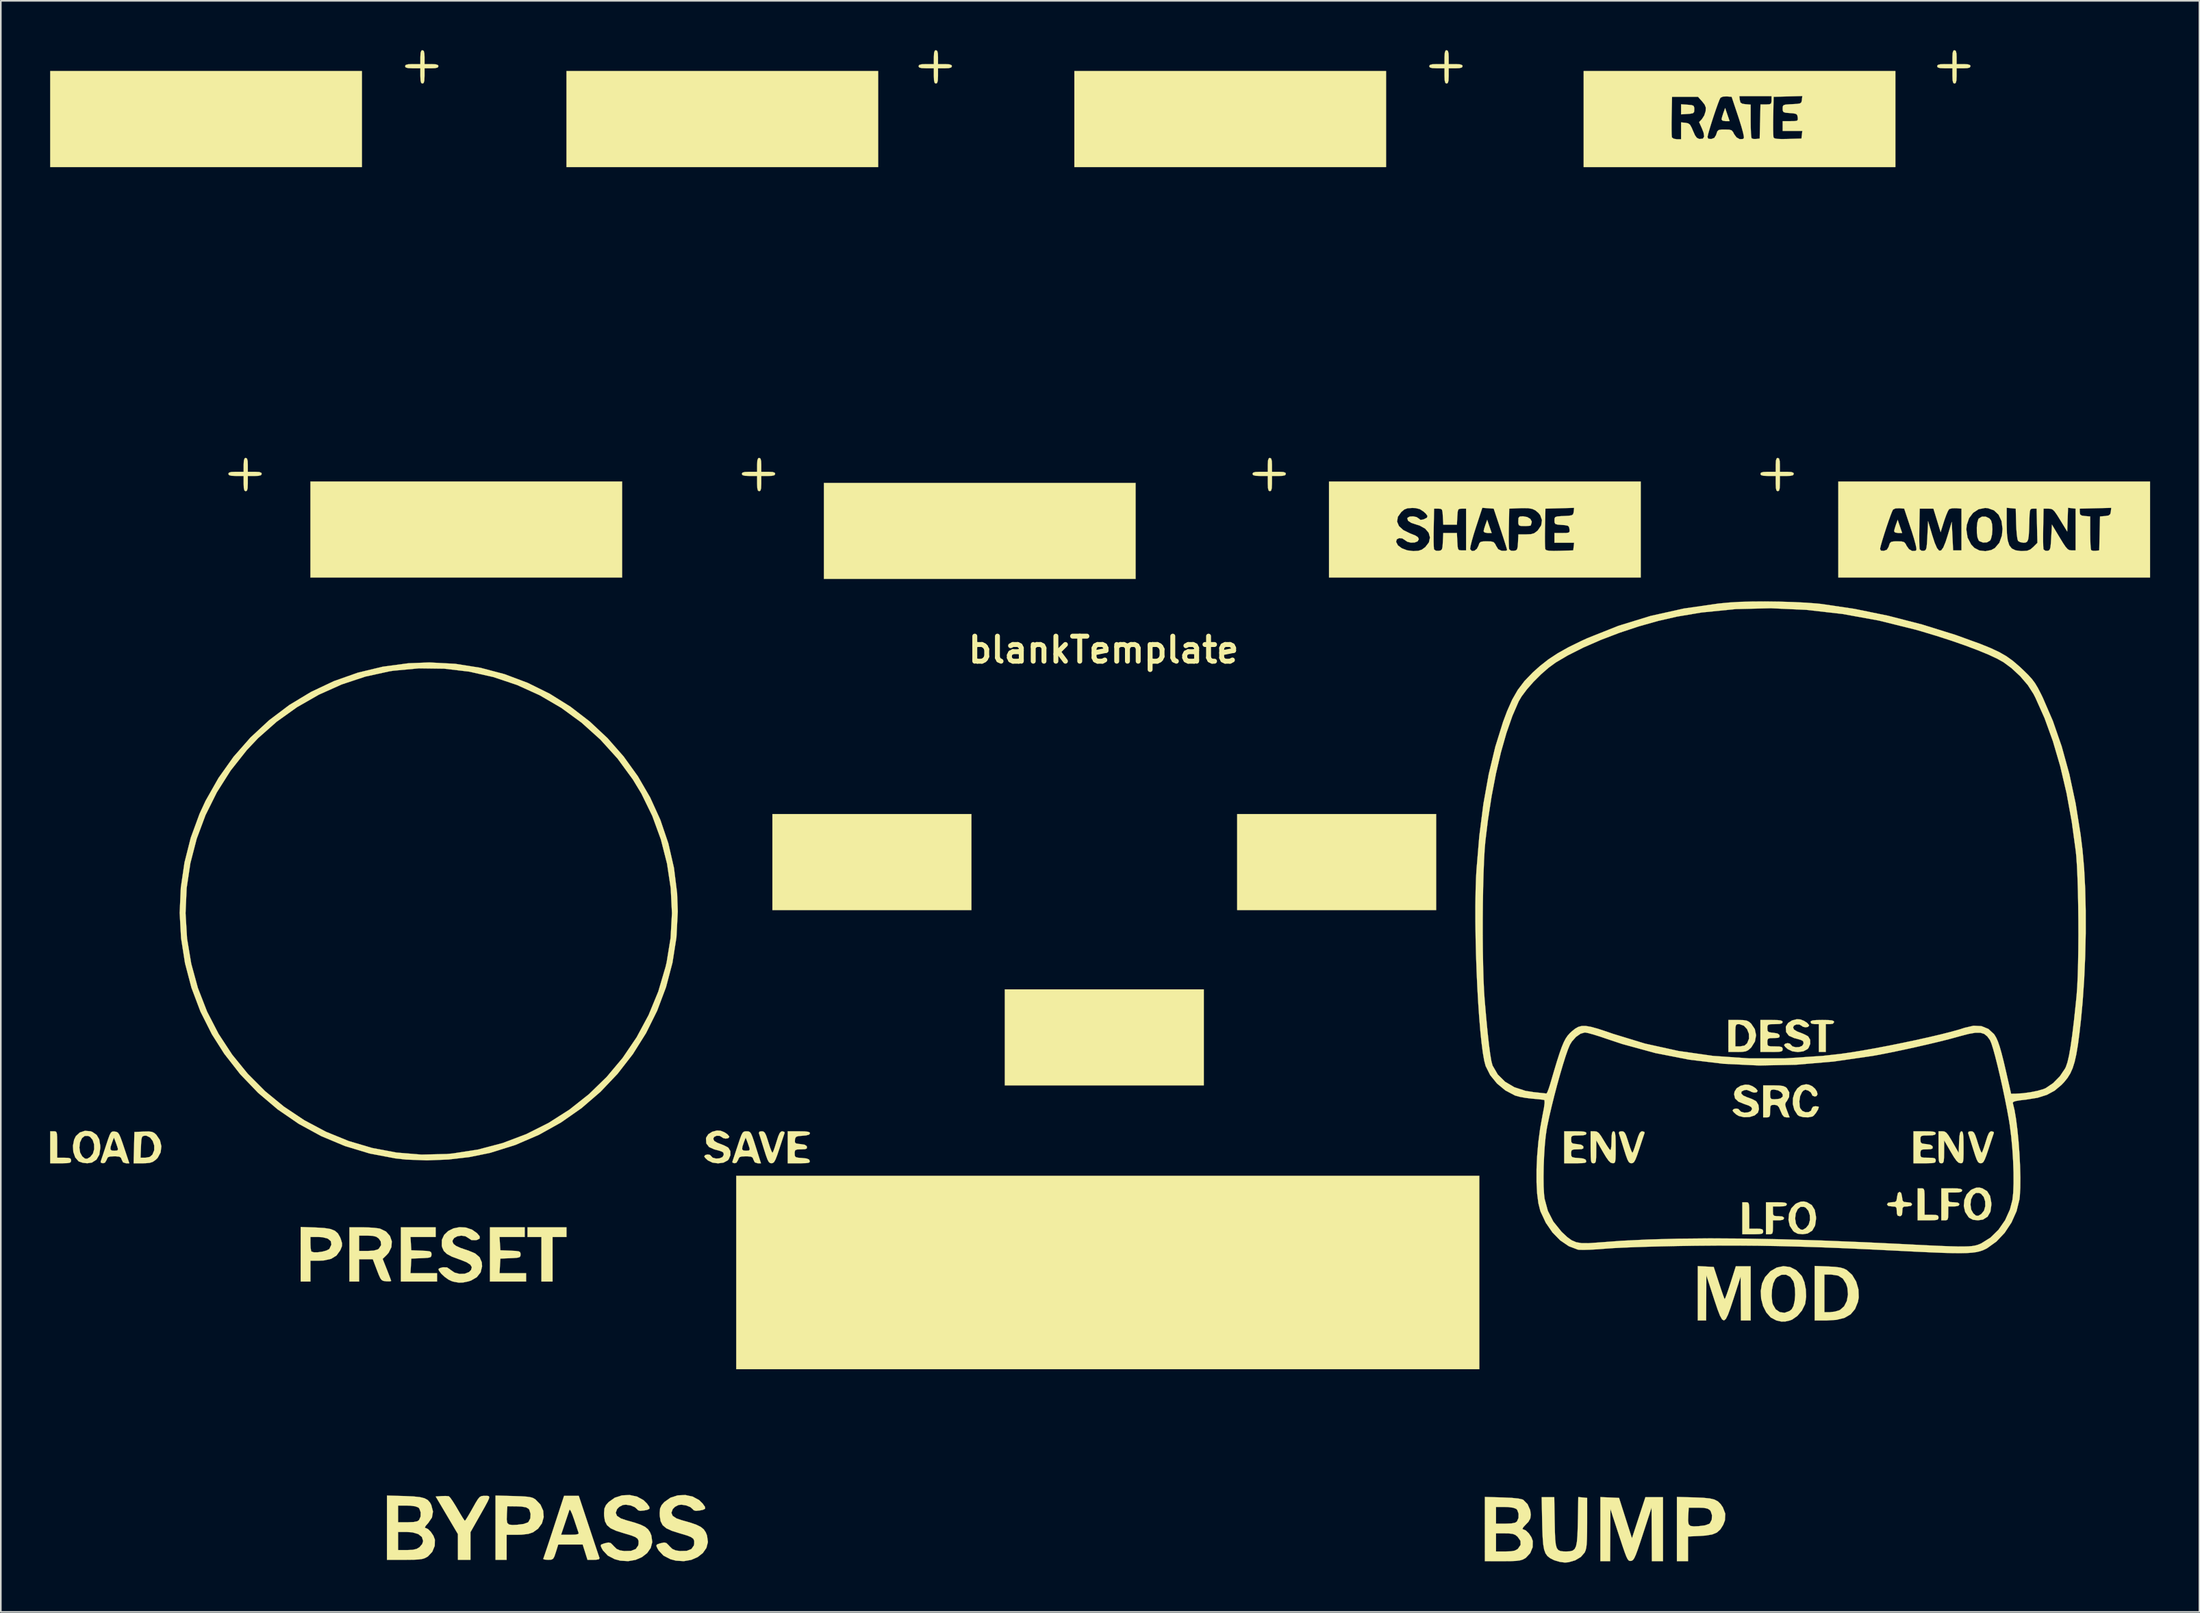
<source format=kicad_pcb>
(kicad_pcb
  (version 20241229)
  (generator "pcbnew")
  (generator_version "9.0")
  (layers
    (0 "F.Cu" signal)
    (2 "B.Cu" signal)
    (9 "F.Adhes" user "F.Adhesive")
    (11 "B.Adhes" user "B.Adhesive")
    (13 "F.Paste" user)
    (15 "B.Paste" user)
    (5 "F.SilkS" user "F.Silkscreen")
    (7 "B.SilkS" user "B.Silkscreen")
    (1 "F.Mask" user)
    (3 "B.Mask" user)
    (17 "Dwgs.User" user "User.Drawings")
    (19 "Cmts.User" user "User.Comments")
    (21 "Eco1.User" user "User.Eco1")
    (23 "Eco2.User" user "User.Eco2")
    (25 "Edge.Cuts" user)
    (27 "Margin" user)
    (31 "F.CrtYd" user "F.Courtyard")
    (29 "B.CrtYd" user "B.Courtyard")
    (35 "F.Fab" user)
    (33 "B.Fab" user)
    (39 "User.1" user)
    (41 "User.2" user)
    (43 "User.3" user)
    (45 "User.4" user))
  (footprint "blankTemplate"
    (layer "F.Cu")
    (at 64.098 36.496)
    (property "Reference" "blankTemplate" (at 0 0 0) (layer "F.SilkS") (effects (font (size 1.524 1.524) (thickness 0.3))))
    (attr through_hole)
    (fp_poly (pts (xy -45.127 -29.379) (xy -64.093 -29.379) (xy -64.093 -35.221) (xy -45.127 -35.221) (xy -45.127 -29.379)) (stroke (width 0.01) (type solid)) (fill yes) (layer "F.SilkS"))
    (fp_poly (pts (xy -29.295 -4.403) (xy -48.26 -4.403) (xy -48.26 -10.245) (xy -29.295 -10.245) (xy -29.295 -4.403)) (stroke (width 0.01) (type solid)) (fill yes) (layer "F.SilkS"))
    (fp_poly (pts (xy -13.716 -29.379) (xy -32.681 -29.379) (xy -32.681 -35.221) (xy -13.716 -35.221) (xy -13.716 -29.379)) (stroke (width 0.01) (type solid)) (fill yes) (layer "F.SilkS"))
    (fp_poly (pts (xy -8.043 15.833) (xy -20.151 15.833) (xy -20.151 9.991) (xy -8.043 9.991) (xy -8.043 15.833)) (stroke (width 0.01) (type solid)) (fill yes) (layer "F.SilkS"))
    (fp_poly (pts (xy 1.947 -4.318) (xy -17.018 -4.318) (xy -17.018 -10.16) (xy 1.947 -10.16) (xy 1.947 -4.318)) (stroke (width 0.01) (type solid)) (fill yes) (layer "F.SilkS"))
    (fp_poly (pts (xy 6.096 26.501) (xy -6.011 26.501) (xy -6.011 20.659) (xy 6.096 20.659) (xy 6.096 26.501)) (stroke (width 0.01) (type solid)) (fill yes) (layer "F.SilkS"))
    (fp_poly (pts (xy 17.187 -29.379) (xy -1.778 -29.379) (xy -1.778 -35.221) (xy 17.187 -35.221) (xy 17.187 -29.379)) (stroke (width 0.01) (type solid)) (fill yes) (layer "F.SilkS"))
    (fp_poly (pts (xy 20.235 15.833) (xy 8.128 15.833) (xy 8.128 9.991) (xy 20.235 9.991) (xy 20.235 15.833)) (stroke (width 0.01) (type solid)) (fill yes) (layer "F.SilkS"))
    (fp_poly (pts (xy 22.86 43.773) (xy -22.352 43.773) (xy -22.352 32.004) (xy 22.86 32.004) (xy 22.86 43.773)) (stroke (width 0.01) (type solid)) (fill yes) (layer "F.SilkS"))
    (fp_poly (pts (xy -32.681 35.729) (xy -33.528 35.729) (xy -33.528 38.439) (xy -34.205 38.439) (xy -34.205 35.729) (xy -35.052 35.729) (xy -35.052 35.137) (xy -32.681 35.137) (xy -32.681 35.729)) (stroke (width 0.01) (type solid)) (fill yes) (layer "F.SilkS"))
    (fp_poly (pts (xy 23.475 -7.512) (xy 23.612 -7.112) (xy 23.363 -7.112) (xy 23.181 -7.144) (xy 23.12 -7.218) (xy 23.152 -7.364) (xy 23.221 -7.583) (xy 23.233 -7.618) (xy 23.339 -7.912) (xy 23.475 -7.512)) (stroke (width 0.01) (type solid)) (fill yes) (layer "F.SilkS"))
    (fp_poly (pts (xy 37.953 -32.573) (xy 38.09 -32.173) (xy 37.841 -32.173) (xy 37.659 -32.205) (xy 37.598 -32.279) (xy 37.63 -32.425) (xy 37.699 -32.645) (xy 37.711 -32.679) (xy 37.817 -32.973) (xy 37.953 -32.573)) (stroke (width 0.01) (type solid)) (fill yes) (layer "F.SilkS"))
    (fp_poly (pts (xy 48.452 -7.512) (xy 48.588 -7.112) (xy 48.34 -7.112) (xy 48.158 -7.144) (xy 48.097 -7.218) (xy 48.129 -7.364) (xy 48.198 -7.583) (xy 48.21 -7.618) (xy 48.316 -7.912) (xy 48.452 -7.512)) (stroke (width 0.01) (type solid)) (fill yes) (layer "F.SilkS"))
    (fp_poly (pts (xy 35.539 -33.173) (xy 35.782 -33.15) (xy 35.9 -33.102) (xy 35.938 -32.997) (xy 35.941 -32.893) (xy 35.93 -32.739) (xy 35.865 -32.66) (xy 35.704 -32.626) (xy 35.539 -32.613) (xy 35.137 -32.587) (xy 35.137 -33.199) (xy 35.539 -33.173)) (stroke (width 0.01) (type solid)) (fill yes) (layer "F.SilkS"))
    (fp_poly (pts (xy 25.778 -8.082) (xy 25.968 -7.966) (xy 26.051 -7.81) (xy 26.04 -7.729) (xy 25.998 -7.599) (xy 25.993 -7.571) (xy 25.917 -7.55) (xy 25.725 -7.537) (xy 25.612 -7.535) (xy 25.378 -7.542) (xy 25.267 -7.585) (xy 25.233 -7.7) (xy 25.231 -7.832) (xy 25.244 -8.03) (xy 25.317 -8.112) (xy 25.502 -8.128) (xy 25.521 -8.128) (xy 25.778 -8.082)) (stroke (width 0.01) (type solid)) (fill yes) (layer "F.SilkS"))
    (fp_poly (pts (xy 44.09 22.527) (xy 44.31 22.546) (xy 44.42 22.586) (xy 44.45 22.648) (xy 44.374 22.749) (xy 44.196 22.775) (xy 43.942 22.775) (xy 43.942 24.469) (xy 43.519 24.469) (xy 43.519 22.775) (xy 43.265 22.775) (xy 43.063 22.737) (xy 43.011 22.648) (xy 43.041 22.585) (xy 43.153 22.546) (xy 43.376 22.527) (xy 43.73 22.521) (xy 44.09 22.527)) (stroke (width 0.01) (type solid)) (fill yes) (layer "F.SilkS"))
    (fp_poly (pts (xy 53.677 -8.105) (xy 53.895 -7.999) (xy 53.998 -7.874) (xy 54.061 -7.646) (xy 54.079 -7.338) (xy 54.056 -7.019) (xy 53.993 -6.756) (xy 53.937 -6.651) (xy 53.751 -6.543) (xy 53.51 -6.53) (xy 53.295 -6.612) (xy 53.245 -6.659) (xy 53.172 -6.84) (xy 53.134 -7.124) (xy 53.13 -7.447) (xy 53.161 -7.746) (xy 53.226 -7.96) (xy 53.248 -7.992) (xy 53.439 -8.106) (xy 53.677 -8.105)) (stroke (width 0.01) (type solid)) (fill yes) (layer "F.SilkS"))
    (fp_poly (pts (xy -63.783 29.3) (xy -63.721 29.338) (xy -63.687 29.44) (xy -63.673 29.638) (xy -63.669 29.963) (xy -63.669 30.099) (xy -63.669 30.903) (xy -63.246 30.903) (xy -62.992 30.912) (xy -62.865 30.95) (xy -62.824 31.034) (xy -62.823 31.073) (xy -62.838 31.159) (xy -62.906 31.21) (xy -63.063 31.234) (xy -63.343 31.242) (xy -63.458 31.242) (xy -64.093 31.242) (xy -64.093 29.295) (xy -63.881 29.295) (xy -63.783 29.3)) (stroke (width 0.01) (type solid)) (fill yes) (layer "F.SilkS"))
    (fp_poly (pts (xy 39.172 33.618) (xy 39.234 33.656) (xy 39.268 33.758) (xy 39.282 33.956) (xy 39.285 34.281) (xy 39.285 34.417) (xy 39.285 35.221) (xy 39.709 35.221) (xy 39.963 35.23) (xy 40.089 35.268) (xy 40.13 35.352) (xy 40.132 35.391) (xy 40.117 35.477) (xy 40.049 35.528) (xy 39.892 35.552) (xy 39.611 35.56) (xy 39.497 35.56) (xy 38.862 35.56) (xy 38.862 33.613) (xy 39.074 33.613) (xy 39.172 33.618)) (stroke (width 0.01) (type solid)) (fill yes) (layer "F.SilkS"))
    (fp_poly (pts (xy 49.84 32.772) (xy 49.902 32.809) (xy 49.936 32.911) (xy 49.95 33.109) (xy 49.953 33.434) (xy 49.953 33.57) (xy 49.953 34.375) (xy 50.377 34.375) (xy 50.631 34.384) (xy 50.757 34.421) (xy 50.798 34.505) (xy 50.8 34.544) (xy 50.785 34.631) (xy 50.717 34.681) (xy 50.56 34.706) (xy 50.279 34.713) (xy 50.165 34.713) (xy 49.53 34.713) (xy 49.53 32.766) (xy 49.742 32.766) (xy 49.84 32.772)) (stroke (width 0.01) (type solid)) (fill yes) (layer "F.SilkS"))
    (fp_poly (pts (xy -35.221 35.729) (xy -36.755 35.729) (xy -36.703 36.534) (xy -36.089 36.559) (xy -35.773 36.575) (xy -35.589 36.601) (xy -35.502 36.649) (xy -35.477 36.735) (xy -35.475 36.788) (xy -35.486 36.893) (xy -35.541 36.957) (xy -35.677 36.991) (xy -35.93 37.01) (xy -36.089 37.017) (xy -36.703 37.042) (xy -36.729 37.486) (xy -36.754 37.931) (xy -35.137 37.931) (xy -35.137 38.439) (xy -37.338 38.439) (xy -37.338 35.137) (xy -35.221 35.137) (xy -35.221 35.729)) (stroke (width 0.01) (type solid)) (fill yes) (layer "F.SilkS"))
    (fp_poly (pts (xy -40.64 35.729) (xy -42.173 35.729) (xy -42.147 36.132) (xy -42.122 36.534) (xy -41.508 36.559) (xy -41.191 36.575) (xy -41.008 36.601) (xy -40.921 36.649) (xy -40.895 36.735) (xy -40.894 36.788) (xy -40.904 36.893) (xy -40.959 36.957) (xy -41.095 36.991) (xy -41.349 37.01) (xy -41.508 37.017) (xy -42.122 37.042) (xy -42.147 37.486) (xy -42.173 37.931) (xy -40.555 37.931) (xy -40.555 38.439) (xy -42.757 38.439) (xy -42.757 35.137) (xy -40.64 35.137) (xy -40.64 35.729)) (stroke (width 0.01) (type solid)) (fill yes) (layer "F.SilkS"))
    (fp_poly (pts (xy 41.271 33.619) (xy 41.468 33.643) (xy 41.557 33.691) (xy 41.571 33.74) (xy 41.526 33.82) (xy 41.369 33.859) (xy 41.148 33.867) (xy 40.725 33.867) (xy 40.725 34.163) (xy 40.735 34.353) (xy 40.798 34.437) (xy 40.963 34.459) (xy 41.063 34.459) (xy 41.299 34.48) (xy 41.396 34.55) (xy 41.402 34.586) (xy 41.346 34.675) (xy 41.161 34.711) (xy 41.063 34.713) (xy 40.725 34.713) (xy 40.725 35.137) (xy 40.718 35.388) (xy 40.683 35.513) (xy 40.598 35.556) (xy 40.513 35.56) (xy 40.301 35.56) (xy 40.301 33.613) (xy 40.936 33.613) (xy 41.271 33.619)) (stroke (width 0.01) (type solid)) (fill yes) (layer "F.SilkS"))
    (fp_poly (pts (xy 51.939 32.773) (xy 52.136 32.797) (xy 52.225 32.844) (xy 52.239 32.893) (xy 52.194 32.973) (xy 52.037 33.012) (xy 51.816 33.02) (xy 51.393 33.02) (xy 51.393 33.316) (xy 51.403 33.506) (xy 51.466 33.59) (xy 51.631 33.612) (xy 51.731 33.613) (xy 51.967 33.634) (xy 52.064 33.703) (xy 52.07 33.74) (xy 52.014 33.828) (xy 51.829 33.864) (xy 51.731 33.867) (xy 51.393 33.867) (xy 51.393 34.29) (xy 51.386 34.541) (xy 51.351 34.667) (xy 51.266 34.709) (xy 51.181 34.713) (xy 50.969 34.713) (xy 50.969 32.766) (xy 51.604 32.766) (xy 51.939 32.773)) (stroke (width 0.01) (type solid)) (fill yes) (layer "F.SilkS"))
    (fp_poly (pts (xy 31.363 51.604) (xy 32.147 54.06) (xy 32.556 52.811) (xy 32.965 51.562) (xy 34.036 51.562) (xy 34.036 55.457) (xy 33.359 55.457) (xy 33.35 53.827) (xy 33.341 52.197) (xy 32.815 53.806) (xy 32.634 54.356) (xy 32.494 54.766) (xy 32.386 55.056) (xy 32.301 55.247) (xy 32.229 55.361) (xy 32.16 55.418) (xy 32.086 55.439) (xy 32.083 55.439) (xy 32.01 55.44) (xy 31.946 55.409) (xy 31.881 55.327) (xy 31.805 55.173) (xy 31.71 54.925) (xy 31.585 54.565) (xy 31.422 54.07) (xy 31.357 53.873) (xy 30.837 52.282) (xy 30.828 53.869) (xy 30.819 55.457) (xy 30.226 55.457) (xy 30.226 51.554) (xy 31.363 51.604)) (stroke (width 0.01) (type solid)) (fill yes) (layer "F.SilkS"))
    (fp_poly (pts (xy -52.117 -11.639) (xy -52.078 -11.482) (xy -52.07 -11.261) (xy -52.07 -10.837) (xy -51.647 -10.837) (xy -51.38 -10.824) (xy -51.25 -10.777) (xy -51.223 -10.71) (xy -51.269 -10.63) (xy -51.426 -10.591) (xy -51.647 -10.583) (xy -52.07 -10.583) (xy -52.07 -10.118) (xy -52.081 -9.837) (xy -52.121 -9.692) (xy -52.197 -9.652) (xy -52.274 -9.694) (xy -52.313 -9.841) (xy -52.324 -10.118) (xy -52.324 -10.583) (xy -52.79 -10.583) (xy -53.07 -10.595) (xy -53.215 -10.635) (xy -53.255 -10.71) (xy -53.214 -10.787) (xy -53.067 -10.826) (xy -52.79 -10.837) (xy -52.324 -10.837) (xy -52.324 -11.261) (xy -52.31 -11.527) (xy -52.263 -11.657) (xy -52.197 -11.684) (xy -52.117 -11.639)) (stroke (width 0.01) (type solid)) (fill yes) (layer "F.SilkS"))
    (fp_poly (pts (xy -41.364 -36.446) (xy -41.325 -36.289) (xy -41.317 -36.068) (xy -41.317 -35.645) (xy -40.894 -35.645) (xy -40.628 -35.631) (xy -40.498 -35.584) (xy -40.471 -35.518) (xy -40.516 -35.438) (xy -40.673 -35.399) (xy -40.894 -35.391) (xy -41.317 -35.391) (xy -41.317 -34.925) (xy -41.329 -34.644) (xy -41.369 -34.5) (xy -41.444 -34.459) (xy -41.521 -34.501) (xy -41.56 -34.648) (xy -41.571 -34.925) (xy -41.571 -35.391) (xy -42.037 -35.391) (xy -42.318 -35.402) (xy -42.462 -35.442) (xy -42.503 -35.518) (xy -42.461 -35.594) (xy -42.314 -35.634) (xy -42.037 -35.645) (xy -41.571 -35.645) (xy -41.571 -36.068) (xy -41.558 -36.334) (xy -41.511 -36.464) (xy -41.444 -36.491) (xy -41.364 -36.446)) (stroke (width 0.01) (type solid)) (fill yes) (layer "F.SilkS"))
    (fp_poly (pts (xy -20.875 -11.639) (xy -20.836 -11.482) (xy -20.828 -11.261) (xy -20.828 -10.837) (xy -20.405 -10.837) (xy -20.138 -10.824) (xy -20.008 -10.777) (xy -19.981 -10.71) (xy -20.027 -10.63) (xy -20.184 -10.591) (xy -20.405 -10.583) (xy -20.828 -10.583) (xy -20.828 -10.118) (xy -20.839 -9.837) (xy -20.879 -9.692) (xy -20.955 -9.652) (xy -21.032 -9.694) (xy -21.071 -9.841) (xy -21.082 -10.118) (xy -21.082 -10.583) (xy -21.548 -10.583) (xy -21.828 -10.595) (xy -21.973 -10.635) (xy -22.013 -10.71) (xy -21.972 -10.787) (xy -21.825 -10.826) (xy -21.548 -10.837) (xy -21.082 -10.837) (xy -21.082 -11.261) (xy -21.068 -11.527) (xy -21.021 -11.657) (xy -20.955 -11.684) (xy -20.875 -11.639)) (stroke (width 0.01) (type solid)) (fill yes) (layer "F.SilkS"))
    (fp_poly (pts (xy -10.122 -36.446) (xy -10.083 -36.289) (xy -10.075 -36.068) (xy -10.075 -35.645) (xy -9.652 -35.645) (xy -9.386 -35.631) (xy -9.256 -35.584) (xy -9.229 -35.518) (xy -9.274 -35.438) (xy -9.431 -35.399) (xy -9.652 -35.391) (xy -10.075 -35.391) (xy -10.075 -34.925) (xy -10.087 -34.644) (xy -10.127 -34.5) (xy -10.202 -34.459) (xy -10.279 -34.501) (xy -10.318 -34.648) (xy -10.329 -34.925) (xy -10.329 -35.391) (xy -10.795 -35.391) (xy -11.076 -35.402) (xy -11.22 -35.442) (xy -11.261 -35.518) (xy -11.219 -35.594) (xy -11.072 -35.634) (xy -10.795 -35.645) (xy -10.329 -35.645) (xy -10.329 -36.068) (xy -10.316 -36.334) (xy -10.269 -36.464) (xy -10.202 -36.491) (xy -10.122 -36.446)) (stroke (width 0.01) (type solid)) (fill yes) (layer "F.SilkS"))
    (fp_poly (pts (xy 10.198 -11.639) (xy 10.237 -11.482) (xy 10.245 -11.261) (xy 10.245 -10.837) (xy 10.668 -10.837) (xy 10.934 -10.824) (xy 11.064 -10.777) (xy 11.091 -10.71) (xy 11.046 -10.63) (xy 10.889 -10.591) (xy 10.668 -10.583) (xy 10.245 -10.583) (xy 10.245 -10.118) (xy 10.233 -9.837) (xy 10.193 -9.692) (xy 10.118 -9.652) (xy 10.041 -9.694) (xy 10.002 -9.841) (xy 9.991 -10.118) (xy 9.991 -10.583) (xy 9.525 -10.583) (xy 9.244 -10.595) (xy 9.1 -10.635) (xy 9.059 -10.71) (xy 9.101 -10.787) (xy 9.248 -10.826) (xy 9.525 -10.837) (xy 9.991 -10.837) (xy 9.991 -11.261) (xy 10.004 -11.527) (xy 10.051 -11.657) (xy 10.118 -11.684) (xy 10.198 -11.639)) (stroke (width 0.01) (type solid)) (fill yes) (layer "F.SilkS"))
    (fp_poly (pts (xy 20.95 -36.446) (xy 20.989 -36.289) (xy 20.997 -36.068) (xy 20.997 -35.645) (xy 21.421 -35.645) (xy 21.687 -35.631) (xy 21.817 -35.584) (xy 21.844 -35.518) (xy 21.799 -35.438) (xy 21.642 -35.399) (xy 21.421 -35.391) (xy 20.997 -35.391) (xy 20.997 -34.925) (xy 20.986 -34.644) (xy 20.946 -34.5) (xy 20.87 -34.459) (xy 20.794 -34.501) (xy 20.754 -34.648) (xy 20.743 -34.925) (xy 20.743 -35.391) (xy 20.278 -35.391) (xy 19.997 -35.402) (xy 19.852 -35.442) (xy 19.812 -35.518) (xy 19.854 -35.594) (xy 20.001 -35.634) (xy 20.278 -35.645) (xy 20.743 -35.645) (xy 20.743 -36.068) (xy 20.757 -36.334) (xy 20.804 -36.464) (xy 20.87 -36.491) (xy 20.95 -36.446)) (stroke (width 0.01) (type solid)) (fill yes) (layer "F.SilkS"))
    (fp_poly (pts (xy 36.638 37.524) (xy 37.123 37.55) (xy 37.437 38.511) (xy 37.562 38.888) (xy 37.669 39.201) (xy 37.748 39.419) (xy 37.786 39.508) (xy 37.824 39.446) (xy 37.9 39.251) (xy 38.005 38.953) (xy 38.128 38.581) (xy 38.145 38.525) (xy 38.468 37.507) (xy 39.37 37.507) (xy 39.37 40.809) (xy 38.777 40.809) (xy 38.769 39.476) (xy 38.761 38.142) (xy 38.329 39.479) (xy 38.141 40.048) (xy 37.99 40.459) (xy 37.862 40.712) (xy 37.746 40.807) (xy 37.631 40.743) (xy 37.505 40.519) (xy 37.356 40.134) (xy 37.172 39.588) (xy 37.115 39.412) (xy 36.674 38.058) (xy 36.661 40.809) (xy 36.153 40.809) (xy 36.153 37.499) (xy 36.638 37.524)) (stroke (width 0.01) (type solid)) (fill yes) (layer "F.SilkS"))
    (fp_poly (pts (xy 41.101 -11.639) (xy 41.14 -11.482) (xy 41.148 -11.261) (xy 41.148 -10.837) (xy 41.571 -10.837) (xy 41.838 -10.824) (xy 41.968 -10.777) (xy 41.995 -10.71) (xy 41.949 -10.63) (xy 41.792 -10.591) (xy 41.571 -10.583) (xy 41.148 -10.583) (xy 41.148 -10.118) (xy 41.137 -9.837) (xy 41.097 -9.692) (xy 41.021 -9.652) (xy 40.944 -9.694) (xy 40.905 -9.841) (xy 40.894 -10.118) (xy 40.894 -10.583) (xy 40.428 -10.583) (xy 40.148 -10.595) (xy 40.003 -10.635) (xy 39.963 -10.71) (xy 40.004 -10.787) (xy 40.151 -10.826) (xy 40.428 -10.837) (xy 40.894 -10.837) (xy 40.894 -11.261) (xy 40.908 -11.527) (xy 40.955 -11.657) (xy 41.021 -11.684) (xy 41.101 -11.639)) (stroke (width 0.01) (type solid)) (fill yes) (layer "F.SilkS"))
    (fp_poly (pts (xy 51.854 -36.446) (xy 51.893 -36.289) (xy 51.901 -36.068) (xy 51.901 -35.645) (xy 52.324 -35.645) (xy 52.59 -35.631) (xy 52.72 -35.584) (xy 52.747 -35.518) (xy 52.702 -35.438) (xy 52.545 -35.399) (xy 52.324 -35.391) (xy 51.901 -35.391) (xy 51.901 -34.925) (xy 51.889 -34.644) (xy 51.849 -34.5) (xy 51.774 -34.459) (xy 51.697 -34.501) (xy 51.658 -34.648) (xy 51.647 -34.925) (xy 51.647 -35.391) (xy 51.181 -35.391) (xy 50.9 -35.402) (xy 50.756 -35.442) (xy 50.715 -35.518) (xy 50.757 -35.594) (xy 50.904 -35.634) (xy 51.181 -35.645) (xy 51.647 -35.645) (xy 51.647 -36.068) (xy 51.66 -36.334) (xy 51.707 -36.464) (xy 51.774 -36.491) (xy 51.854 -36.446)) (stroke (width 0.01) (type solid)) (fill yes) (layer "F.SilkS"))
    (fp_poly (pts (xy 38.92 22.529) (xy 39.129 22.562) (xy 39.277 22.635) (xy 39.399 22.742) (xy 39.623 23.076) (xy 39.7 23.452) (xy 39.63 23.834) (xy 39.413 24.183) (xy 39.372 24.226) (xy 39.22 24.359) (xy 39.065 24.433) (xy 38.85 24.463) (xy 38.572 24.469) (xy 38.015 24.469) (xy 38.015 23.453) (xy 38.439 23.453) (xy 38.439 24.13) (xy 38.73 24.13) (xy 38.999 24.078) (xy 39.154 23.942) (xy 39.269 23.658) (xy 39.261 23.355) (xy 39.151 23.078) (xy 38.956 22.871) (xy 38.696 22.777) (xy 38.654 22.775) (xy 38.547 22.782) (xy 38.483 22.826) (xy 38.451 22.94) (xy 38.44 23.16) (xy 38.439 23.453) (xy 38.015 23.453) (xy 38.015 22.521) (xy 38.596 22.521) (xy 38.92 22.529)) (stroke (width 0.01) (type solid)) (fill yes) (layer "F.SilkS"))
    (fp_poly (pts (xy -57.904 29.329) (xy -57.763 29.396) (xy -57.636 29.509) (xy -57.416 29.834) (xy -57.329 30.207) (xy -57.375 30.58) (xy -57.553 30.91) (xy -57.667 31.025) (xy -57.842 31.149) (xy -58.032 31.215) (xy -58.299 31.24) (xy -58.472 31.242) (xy -59.018 31.242) (xy -59.01 30.903) (xy -58.596 30.903) (xy -58.301 30.903) (xy -58.033 30.854) (xy -57.874 30.715) (xy -57.766 30.448) (xy -57.765 30.158) (xy -57.855 29.885) (xy -58.018 29.674) (xy -58.235 29.566) (xy -58.358 29.564) (xy -58.454 29.591) (xy -58.513 29.663) (xy -58.546 29.817) (xy -58.565 30.088) (xy -58.572 30.247) (xy -58.596 30.903) (xy -59.01 30.903) (xy -58.994 30.29) (xy -58.97 29.337) (xy -58.414 29.312) (xy -58.103 29.306) (xy -57.904 29.329)) (stroke (width 0.01) (type solid)) (fill yes) (layer "F.SilkS"))
    (fp_poly (pts (xy 44.092 37.521) (xy 44.519 37.546) (xy 44.82 37.586) (xy 45.042 37.649) (xy 45.217 37.738) (xy 45.548 38.036) (xy 45.79 38.442) (xy 45.928 38.914) (xy 45.947 39.405) (xy 45.898 39.677) (xy 45.723 40.111) (xy 45.454 40.432) (xy 45.078 40.65) (xy 44.579 40.772) (xy 44.005 40.807) (xy 43.265 40.809) (xy 43.265 38.015) (xy 43.857 38.015) (xy 43.857 40.301) (xy 44.2 40.301) (xy 44.496 40.267) (xy 44.77 40.183) (xy 44.8 40.169) (xy 45.054 39.948) (xy 45.221 39.62) (xy 45.291 39.226) (xy 45.254 38.81) (xy 45.179 38.574) (xy 44.98 38.26) (xy 44.693 38.078) (xy 44.295 38.016) (xy 44.262 38.015) (xy 43.857 38.015) (xy 43.265 38.015) (xy 43.265 37.488) (xy 44.092 37.521)) (stroke (width 0.01) (type solid)) (fill yes) (layer "F.SilkS"))
    (fp_poly (pts (xy -37.509 51.478) (xy -37.418 51.493) (xy -37.379 51.543) (xy -37.398 51.65) (xy -37.48 51.833) (xy -37.631 52.115) (xy -37.856 52.515) (xy -37.975 52.724) (xy -38.523 53.693) (xy -38.523 55.372) (xy -39.285 55.372) (xy -39.286 54.589) (xy -39.287 53.806) (xy -39.962 52.663) (xy -40.638 51.52) (xy -40.291 51.493) (xy -40.044 51.486) (xy -39.863 51.5) (xy -39.835 51.508) (xy -39.749 51.596) (xy -39.606 51.798) (xy -39.429 52.08) (xy -39.316 52.273) (xy -39.137 52.58) (xy -38.989 52.823) (xy -38.89 52.969) (xy -38.862 52.997) (xy -38.806 52.929) (xy -38.688 52.742) (xy -38.527 52.469) (xy -38.397 52.238) (xy -38.205 51.896) (xy -38.068 51.676) (xy -37.96 51.551) (xy -37.856 51.494) (xy -37.727 51.478) (xy -37.647 51.477) (xy -37.509 51.478)) (stroke (width 0.01) (type solid)) (fill yes) (layer "F.SilkS"))
    (fp_poly (pts (xy -47.926 35.15) (xy -47.411 35.181) (xy -47.036 35.242) (xy -46.771 35.348) (xy -46.586 35.512) (xy -46.452 35.748) (xy -46.405 35.871) (xy -46.336 36.105) (xy -46.342 36.284) (xy -46.428 36.502) (xy -46.447 36.541) (xy -46.673 36.855) (xy -46.999 37.057) (xy -47.441 37.155) (xy -47.731 37.169) (xy -48.26 37.169) (xy -48.26 38.439) (xy -48.853 38.439) (xy -48.853 35.729) (xy -48.26 35.729) (xy -48.26 36.139) (xy -48.248 36.391) (xy -48.217 36.57) (xy -48.197 36.612) (xy -48.055 36.659) (xy -47.816 36.658) (xy -47.539 36.619) (xy -47.288 36.552) (xy -47.122 36.466) (xy -47.104 36.446) (xy -46.984 36.19) (xy -47.02 35.98) (xy -47.201 35.828) (xy -47.518 35.743) (xy -47.758 35.729) (xy -48.26 35.729) (xy -48.853 35.729) (xy -48.853 35.118) (xy -47.926 35.15)) (stroke (width 0.01) (type solid)) (fill yes) (layer "F.SilkS"))
    (fp_poly (pts (xy -19.418 29.335) (xy -19.41 29.401) (xy -19.452 29.521) (xy -19.533 29.764) (xy -19.641 30.092) (xy -19.734 30.374) (xy -19.864 30.762) (xy -19.963 31.015) (xy -20.045 31.161) (xy -20.125 31.227) (xy -20.209 31.242) (xy -20.299 31.225) (xy -20.377 31.154) (xy -20.456 31.002) (xy -20.551 30.741) (xy -20.668 30.374) (xy -20.782 30.007) (xy -20.88 29.696) (xy -20.95 29.479) (xy -20.976 29.401) (xy -20.94 29.317) (xy -20.807 29.295) (xy -20.699 29.311) (xy -20.616 29.381) (xy -20.537 29.536) (xy -20.444 29.81) (xy -20.396 29.964) (xy -20.299 30.267) (xy -20.213 30.49) (xy -20.155 30.598) (xy -20.143 30.603) (xy -20.097 30.512) (xy -20.019 30.3) (xy -19.926 30.008) (xy -19.903 29.933) (xy -19.797 29.602) (xy -19.71 29.406) (xy -19.625 29.314) (xy -19.542 29.295) (xy -19.418 29.335)) (stroke (width 0.01) (type solid)) (fill yes) (layer "F.SilkS"))
    (fp_poly (pts (xy 32.906 29.335) (xy 32.914 29.401) (xy 32.872 29.521) (xy 32.791 29.764) (xy 32.683 30.092) (xy 32.59 30.374) (xy 32.46 30.762) (xy 32.361 31.015) (xy 32.279 31.161) (xy 32.199 31.227) (xy 32.115 31.242) (xy 32.025 31.225) (xy 31.947 31.154) (xy 31.868 31.002) (xy 31.773 30.741) (xy 31.656 30.374) (xy 31.542 30.007) (xy 31.444 29.696) (xy 31.374 29.479) (xy 31.348 29.401) (xy 31.384 29.317) (xy 31.517 29.295) (xy 31.625 29.311) (xy 31.708 29.381) (xy 31.787 29.536) (xy 31.88 29.81) (xy 31.928 29.964) (xy 32.026 30.267) (xy 32.111 30.49) (xy 32.169 30.598) (xy 32.181 30.603) (xy 32.227 30.512) (xy 32.305 30.3) (xy 32.398 30.008) (xy 32.421 29.933) (xy 32.527 29.602) (xy 32.614 29.406) (xy 32.699 29.314) (xy 32.782 29.295) (xy 32.906 29.335)) (stroke (width 0.01) (type solid)) (fill yes) (layer "F.SilkS"))
    (fp_poly (pts (xy 35.966 51.575) (xy 36.494 51.597) (xy 36.885 51.637) (xy 37.169 51.706) (xy 37.377 51.816) (xy 37.541 51.977) (xy 37.68 52.18) (xy 37.827 52.567) (xy 37.805 52.971) (xy 37.698 53.249) (xy 37.525 53.524) (xy 37.315 53.712) (xy 37.032 53.829) (xy 36.639 53.895) (xy 36.322 53.917) (xy 35.56 53.953) (xy 35.56 55.457) (xy 34.883 55.457) (xy 34.883 52.998) (xy 35.565 52.998) (xy 35.597 53.207) (xy 35.703 53.309) (xy 35.91 53.337) (xy 36.197 53.325) (xy 36.597 53.274) (xy 36.845 53.183) (xy 36.888 53.149) (xy 37.001 52.932) (xy 37.017 52.658) (xy 36.937 52.409) (xy 36.883 52.341) (xy 36.741 52.255) (xy 36.506 52.209) (xy 36.171 52.197) (xy 35.602 52.197) (xy 35.576 52.653) (xy 35.565 52.998) (xy 34.883 52.998) (xy 34.883 51.545) (xy 35.966 51.575)) (stroke (width 0.01) (type solid)) (fill yes) (layer "F.SilkS"))
    (fp_poly (pts (xy 54.158 29.335) (xy 54.165 29.401) (xy 54.124 29.521) (xy 54.042 29.764) (xy 53.934 30.092) (xy 53.842 30.374) (xy 53.711 30.762) (xy 53.612 31.015) (xy 53.531 31.161) (xy 53.451 31.227) (xy 53.367 31.242) (xy 53.276 31.225) (xy 53.198 31.154) (xy 53.119 31.002) (xy 53.024 30.741) (xy 52.907 30.374) (xy 52.793 30.007) (xy 52.695 29.696) (xy 52.626 29.479) (xy 52.599 29.401) (xy 52.636 29.317) (xy 52.768 29.295) (xy 52.876 29.311) (xy 52.96 29.381) (xy 53.038 29.536) (xy 53.132 29.81) (xy 53.179 29.964) (xy 53.277 30.267) (xy 53.362 30.49) (xy 53.42 30.598) (xy 53.432 30.603) (xy 53.478 30.512) (xy 53.556 30.3) (xy 53.65 30.008) (xy 53.672 29.933) (xy 53.778 29.602) (xy 53.865 29.406) (xy 53.95 29.314) (xy 54.033 29.295) (xy 54.158 29.335)) (stroke (width 0.01) (type solid)) (fill yes) (layer "F.SilkS"))
    (fp_poly (pts (xy -61.641 29.292) (xy -61.525 29.336) (xy -61.265 29.518) (xy -61.111 29.784) (xy -61.048 30.163) (xy -61.045 30.308) (xy -61.105 30.721) (xy -61.28 31.022) (xy -61.558 31.199) (xy -61.838 31.242) (xy -62.11 31.212) (xy -62.337 31.137) (xy -62.374 31.115) (xy -62.573 30.881) (xy -62.687 30.55) (xy -62.704 30.288) (xy -62.317 30.288) (xy -62.27 30.595) (xy -62.145 30.819) (xy -61.982 30.956) (xy -61.848 30.968) (xy -61.663 30.861) (xy -61.663 30.861) (xy -61.496 30.659) (xy -61.418 30.384) (xy -61.424 30.088) (xy -61.51 29.819) (xy -61.671 29.63) (xy -61.785 29.578) (xy -61.987 29.575) (xy -62.153 29.706) (xy -62.16 29.715) (xy -62.281 29.971) (xy -62.317 30.288) (xy -62.704 30.288) (xy -62.711 30.175) (xy -62.639 29.807) (xy -62.533 29.59) (xy -62.296 29.369) (xy -61.98 29.265) (xy -61.641 29.292)) (stroke (width 0.01) (type solid)) (fill yes) (layer "F.SilkS"))
    (fp_poly (pts (xy -35.905 51.49) (xy -35.439 51.506) (xy -35.108 51.527) (xy -34.88 51.56) (xy -34.72 51.608) (xy -34.595 51.678) (xy -34.571 51.695) (xy -34.264 52.011) (xy -34.097 52.381) (xy -34.067 52.772) (xy -34.172 53.15) (xy -34.41 53.48) (xy -34.719 53.7) (xy -35.008 53.796) (xy -35.411 53.842) (xy -35.666 53.848) (xy -36.322 53.848) (xy -36.322 55.372) (xy -36.999 55.372) (xy -36.999 52.914) (xy -36.317 52.914) (xy -36.285 53.122) (xy -36.179 53.224) (xy -35.972 53.252) (xy -35.685 53.24) (xy -35.285 53.189) (xy -35.037 53.099) (xy -34.995 53.065) (xy -34.882 52.85) (xy -34.864 52.578) (xy -34.939 52.332) (xy -34.992 52.263) (xy -35.147 52.177) (xy -35.419 52.131) (xy -35.704 52.119) (xy -36.28 52.112) (xy -36.306 52.568) (xy -36.317 52.914) (xy -36.999 52.914) (xy -36.999 51.46) (xy -35.905 51.49)) (stroke (width 0.01) (type solid)) (fill yes) (layer "F.SilkS"))
    (fp_poly (pts (xy 42.8 33.613) (xy 43.09 33.786) (xy 43.271 34.079) (xy 43.347 34.501) (xy 43.349 34.618) (xy 43.29 35.038) (xy 43.117 35.34) (xy 42.835 35.515) (xy 42.534 35.56) (xy 42.232 35.528) (xy 42.016 35.415) (xy 41.954 35.358) (xy 41.752 35.05) (xy 41.67 34.688) (xy 41.678 34.606) (xy 42.077 34.606) (xy 42.124 34.913) (xy 42.249 35.137) (xy 42.412 35.274) (xy 42.546 35.286) (xy 42.731 35.179) (xy 42.731 35.179) (xy 42.898 34.977) (xy 42.976 34.702) (xy 42.97 34.406) (xy 42.884 34.137) (xy 42.723 33.948) (xy 42.609 33.896) (xy 42.407 33.893) (xy 42.241 34.024) (xy 42.234 34.033) (xy 42.113 34.289) (xy 42.077 34.606) (xy 41.678 34.606) (xy 41.703 34.316) (xy 41.845 33.98) (xy 42.089 33.725) (xy 42.185 33.669) (xy 42.426 33.573) (xy 42.625 33.567) (xy 42.8 33.613)) (stroke (width 0.01) (type solid)) (fill yes) (layer "F.SilkS"))
    (fp_poly (pts (xy 48.531 33.054) (xy 48.582 33.288) (xy 48.583 33.295) (xy 48.612 33.503) (xy 48.688 33.592) (xy 48.859 33.612) (xy 48.9 33.613) (xy 49.117 33.641) (xy 49.191 33.732) (xy 49.191 33.74) (xy 49.127 33.834) (xy 48.922 33.866) (xy 48.895 33.867) (xy 48.696 33.88) (xy 48.615 33.954) (xy 48.599 34.14) (xy 48.599 34.163) (xy 48.58 34.367) (xy 48.506 34.45) (xy 48.429 34.459) (xy 48.313 34.426) (xy 48.266 34.297) (xy 48.26 34.163) (xy 48.247 33.964) (xy 48.173 33.883) (xy 47.986 33.867) (xy 47.964 33.867) (xy 47.744 33.839) (xy 47.668 33.751) (xy 47.667 33.74) (xy 47.733 33.645) (xy 47.941 33.613) (xy 47.959 33.613) (xy 48.151 33.599) (xy 48.238 33.525) (xy 48.272 33.34) (xy 48.276 33.295) (xy 48.326 33.058) (xy 48.427 32.978) (xy 48.429 32.978) (xy 48.531 33.054)) (stroke (width 0.01) (type solid)) (fill yes) (layer "F.SilkS"))
    (fp_poly (pts (xy 53.468 32.766) (xy 53.758 32.939) (xy 53.939 33.233) (xy 54.015 33.654) (xy 54.017 33.771) (xy 53.958 34.191) (xy 53.785 34.493) (xy 53.503 34.669) (xy 53.202 34.713) (xy 52.9 34.681) (xy 52.684 34.568) (xy 52.622 34.511) (xy 52.42 34.204) (xy 52.338 33.841) (xy 52.346 33.759) (xy 52.745 33.759) (xy 52.792 34.067) (xy 52.917 34.29) (xy 53.08 34.428) (xy 53.214 34.44) (xy 53.399 34.333) (xy 53.399 34.332) (xy 53.566 34.13) (xy 53.644 33.855) (xy 53.638 33.559) (xy 53.552 33.291) (xy 53.391 33.101) (xy 53.277 33.05) (xy 53.075 33.046) (xy 52.909 33.177) (xy 52.902 33.186) (xy 52.781 33.442) (xy 52.745 33.759) (xy 52.346 33.759) (xy 52.371 33.469) (xy 52.513 33.133) (xy 52.757 32.878) (xy 52.853 32.823) (xy 53.094 32.727) (xy 53.293 32.72) (xy 53.468 32.766)) (stroke (width 0.01) (type solid)) (fill yes) (layer "F.SilkS"))
    (fp_poly (pts (xy -18.192 29.301) (xy -17.982 29.324) (xy -17.883 29.368) (xy -17.865 29.417) (xy -17.922 29.499) (xy -18.11 29.548) (xy -18.309 29.565) (xy -18.57 29.588) (xy -18.706 29.632) (xy -18.764 29.722) (xy -18.78 29.819) (xy -18.782 29.962) (xy -18.717 30.033) (xy -18.54 30.065) (xy -18.442 30.073) (xy -18.188 30.113) (xy -18.068 30.197) (xy -18.05 30.247) (xy -18.06 30.339) (xy -18.16 30.383) (xy -18.389 30.395) (xy -18.409 30.395) (xy -18.646 30.403) (xy -18.759 30.444) (xy -18.794 30.548) (xy -18.796 30.645) (xy -18.786 30.791) (xy -18.727 30.868) (xy -18.577 30.904) (xy -18.352 30.92) (xy -18.075 30.95) (xy -17.93 31.007) (xy -17.88 31.094) (xy -17.884 31.168) (xy -17.952 31.212) (xy -18.115 31.234) (xy -18.405 31.242) (xy -18.536 31.242) (xy -19.219 31.242) (xy -19.219 29.295) (xy -18.542 29.295) (xy -18.192 29.301)) (stroke (width 0.01) (type solid)) (fill yes) (layer "F.SilkS"))
    (fp_poly (pts (xy 51.165 29.312) (xy 51.276 29.382) (xy 51.4 29.534) (xy 51.564 29.797) (xy 51.653 29.951) (xy 52.028 30.607) (xy 52.052 29.951) (xy 52.073 29.604) (xy 52.107 29.398) (xy 52.16 29.307) (xy 52.201 29.295) (xy 52.255 29.323) (xy 52.291 29.426) (xy 52.313 29.628) (xy 52.322 29.957) (xy 52.324 30.268) (xy 52.323 30.686) (xy 52.315 30.963) (xy 52.296 31.128) (xy 52.258 31.21) (xy 52.198 31.237) (xy 52.133 31.239) (xy 52.02 31.204) (xy 51.893 31.085) (xy 51.733 30.859) (xy 51.543 30.541) (xy 51.143 29.845) (xy 51.141 30.544) (xy 51.136 30.887) (xy 51.12 31.095) (xy 51.084 31.201) (xy 51.02 31.239) (xy 50.969 31.242) (xy 50.897 31.232) (xy 50.848 31.182) (xy 50.819 31.063) (xy 50.805 30.848) (xy 50.8 30.506) (xy 50.8 30.268) (xy 50.8 29.295) (xy 51.039 29.295) (xy 51.165 29.312)) (stroke (width 0.01) (type solid)) (fill yes) (layer "F.SilkS"))
    (fp_poly (pts (xy 29.05 29.301) (xy 29.258 29.322) (xy 29.358 29.365) (xy 29.379 29.422) (xy 29.338 29.498) (xy 29.191 29.538) (xy 28.914 29.549) (xy 28.647 29.553) (xy 28.509 29.581) (xy 28.456 29.655) (xy 28.448 29.797) (xy 28.448 29.798) (xy 28.462 29.956) (xy 28.537 30.033) (xy 28.719 30.066) (xy 28.807 30.073) (xy 29.06 30.114) (xy 29.178 30.2) (xy 29.194 30.247) (xy 29.184 30.339) (xy 29.084 30.383) (xy 28.855 30.395) (xy 28.835 30.395) (xy 28.598 30.403) (xy 28.485 30.444) (xy 28.45 30.548) (xy 28.448 30.645) (xy 28.458 30.791) (xy 28.517 30.868) (xy 28.667 30.904) (xy 28.892 30.92) (xy 29.169 30.95) (xy 29.314 31.007) (xy 29.364 31.094) (xy 29.36 31.168) (xy 29.292 31.212) (xy 29.129 31.234) (xy 28.839 31.242) (xy 28.708 31.242) (xy 28.025 31.242) (xy 28.025 29.295) (xy 28.702 29.295) (xy 29.05 29.301)) (stroke (width 0.01) (type solid)) (fill yes) (layer "F.SilkS"))
    (fp_poly (pts (xy 42.904 26.456) (xy 43.118 26.554) (xy 43.291 26.708) (xy 43.403 26.883) (xy 43.438 27.043) (xy 43.377 27.151) (xy 43.265 27.178) (xy 43.126 27.124) (xy 43.095 27.049) (xy 43.026 26.924) (xy 42.874 26.819) (xy 42.7 26.765) (xy 42.576 26.821) (xy 42.493 26.915) (xy 42.382 27.153) (xy 42.333 27.471) (xy 42.354 27.784) (xy 42.386 27.893) (xy 42.512 28.054) (xy 42.7 28.133) (xy 42.896 28.128) (xy 43.045 28.04) (xy 43.095 27.895) (xy 43.169 27.796) (xy 43.307 27.771) (xy 43.466 27.787) (xy 43.519 27.817) (xy 43.468 27.972) (xy 43.35 28.17) (xy 43.213 28.337) (xy 43.134 28.395) (xy 42.869 28.448) (xy 42.576 28.437) (xy 42.328 28.37) (xy 42.225 28.3) (xy 42.024 27.984) (xy 41.934 27.634) (xy 41.942 27.279) (xy 42.039 26.95) (xy 42.213 26.68) (xy 42.451 26.497) (xy 42.744 26.434) (xy 42.904 26.456)) (stroke (width 0.01) (type solid)) (fill yes) (layer "F.SilkS"))
    (fp_poly (pts (xy 40.988 22.527) (xy 41.196 22.549) (xy 41.296 22.592) (xy 41.317 22.648) (xy 41.276 22.725) (xy 41.129 22.764) (xy 40.852 22.775) (xy 40.585 22.78) (xy 40.447 22.808) (xy 40.394 22.882) (xy 40.386 23.024) (xy 40.386 23.024) (xy 40.4 23.182) (xy 40.475 23.26) (xy 40.657 23.293) (xy 40.745 23.3) (xy 40.998 23.341) (xy 41.116 23.427) (xy 41.132 23.474) (xy 41.122 23.566) (xy 41.022 23.61) (xy 40.793 23.622) (xy 40.773 23.622) (xy 40.536 23.629) (xy 40.423 23.67) (xy 40.388 23.775) (xy 40.386 23.876) (xy 40.394 24.021) (xy 40.445 24.097) (xy 40.581 24.125) (xy 40.845 24.13) (xy 40.852 24.13) (xy 41.121 24.137) (xy 41.261 24.169) (xy 41.312 24.24) (xy 41.317 24.299) (xy 41.303 24.384) (xy 41.238 24.434) (xy 41.088 24.46) (xy 40.819 24.468) (xy 40.64 24.469) (xy 39.963 24.469) (xy 39.963 22.521) (xy 40.64 22.521) (xy 40.988 22.527)) (stroke (width 0.01) (type solid)) (fill yes) (layer "F.SilkS"))
    (fp_poly (pts (xy 50.301 29.301) (xy 50.509 29.322) (xy 50.609 29.365) (xy 50.631 29.422) (xy 50.589 29.498) (xy 50.442 29.538) (xy 50.165 29.549) (xy 49.899 29.553) (xy 49.76 29.581) (xy 49.708 29.655) (xy 49.699 29.797) (xy 49.699 29.798) (xy 49.714 29.956) (xy 49.788 30.033) (xy 49.97 30.066) (xy 50.058 30.073) (xy 50.311 30.114) (xy 50.429 30.2) (xy 50.446 30.247) (xy 50.436 30.339) (xy 50.335 30.383) (xy 50.106 30.395) (xy 50.087 30.395) (xy 49.85 30.402) (xy 49.737 30.443) (xy 49.702 30.549) (xy 49.699 30.649) (xy 49.707 30.795) (xy 49.758 30.87) (xy 49.895 30.899) (xy 50.158 30.903) (xy 50.165 30.903) (xy 50.434 30.911) (xy 50.574 30.942) (xy 50.626 31.013) (xy 50.631 31.073) (xy 50.617 31.157) (xy 50.551 31.208) (xy 50.401 31.233) (xy 50.132 31.241) (xy 49.953 31.242) (xy 49.276 31.242) (xy 49.276 29.295) (xy 49.953 29.295) (xy 50.301 29.301)) (stroke (width 0.01) (type solid)) (fill yes) (layer "F.SilkS"))
    (fp_poly (pts (xy -45.106 35.137) (xy -44.718 35.147) (xy -44.359 35.171) (xy -44.088 35.206) (xy -44.02 35.222) (xy -43.661 35.396) (xy -43.421 35.664) (xy -43.308 35.991) (xy -43.332 36.343) (xy -43.5 36.685) (xy -43.618 36.818) (xy -43.865 37.06) (xy -43.607 37.709) (xy -43.488 38.014) (xy -43.398 38.253) (xy -43.352 38.389) (xy -43.349 38.404) (xy -43.424 38.427) (xy -43.607 38.426) (xy -43.658 38.423) (xy -43.811 38.402) (xy -43.919 38.351) (xy -44.008 38.236) (xy -44.105 38.023) (xy -44.215 37.74) (xy -44.464 37.084) (xy -45.297 37.084) (xy -45.297 38.439) (xy -45.889 38.439) (xy -45.889 35.645) (xy -45.297 35.645) (xy -45.297 36.576) (xy -44.774 36.576) (xy -44.404 36.554) (xy -44.169 36.486) (xy -44.097 36.436) (xy -43.959 36.221) (xy -43.985 35.988) (xy -44.111 35.814) (xy -44.26 35.711) (xy -44.474 35.658) (xy -44.789 35.645) (xy -45.297 35.645) (xy -45.889 35.645) (xy -45.889 35.137) (xy -45.106 35.137)) (stroke (width 0.01) (type solid)) (fill yes) (layer "F.SilkS"))
    (fp_poly (pts (xy 29.152 51.578) (xy 29.422 51.604) (xy 29.421 53.128) (xy 29.418 53.691) (xy 29.41 54.112) (xy 29.394 54.418) (xy 29.367 54.636) (xy 29.328 54.795) (xy 29.274 54.922) (xy 29.267 54.934) (xy 29.038 55.198) (xy 28.696 55.402) (xy 28.293 55.519) (xy 28.067 55.538) (xy 27.768 55.5) (xy 27.447 55.407) (xy 27.374 55.377) (xy 27.165 55.269) (xy 27.005 55.143) (xy 26.887 54.977) (xy 26.804 54.747) (xy 26.748 54.43) (xy 26.714 54.001) (xy 26.692 53.438) (xy 26.685 53.107) (xy 26.654 51.562) (xy 27.421 51.562) (xy 27.448 53.093) (xy 27.46 53.683) (xy 27.479 54.124) (xy 27.514 54.44) (xy 27.572 54.65) (xy 27.664 54.776) (xy 27.796 54.839) (xy 27.977 54.861) (xy 28.155 54.864) (xy 28.374 54.854) (xy 28.541 54.811) (xy 28.661 54.714) (xy 28.745 54.542) (xy 28.798 54.274) (xy 28.83 53.889) (xy 28.849 53.367) (xy 28.856 53.03) (xy 28.882 51.552) (xy 29.152 51.578)) (stroke (width 0.01) (type solid)) (fill yes) (layer "F.SilkS"))
    (fp_poly (pts (xy -60.165 29.312) (xy -60.056 29.331) (xy -59.97 29.383) (xy -59.892 29.494) (xy -59.805 29.692) (xy -59.693 30.005) (xy -59.597 30.29) (xy -59.279 31.242) (xy -59.483 31.242) (xy -59.66 31.186) (xy -59.74 31.03) (xy -59.792 30.901) (xy -59.895 30.839) (xy -60.1 30.819) (xy -60.198 30.819) (xy -60.448 30.829) (xy -60.579 30.874) (xy -60.642 30.979) (xy -60.656 31.03) (xy -60.761 31.206) (xy -60.886 31.242) (xy -61.014 31.202) (xy -61.023 31.136) (xy -60.982 31.016) (xy -60.9 30.773) (xy -60.792 30.445) (xy -60.777 30.399) (xy -60.429 30.399) (xy -60.349 30.466) (xy -60.192 30.48) (xy -60.016 30.465) (xy -59.968 30.395) (xy -59.992 30.29) (xy -60.072 30.056) (xy -60.134 29.887) (xy -60.218 29.676) (xy -60.328 29.972) (xy -60.419 30.246) (xy -60.429 30.399) (xy -60.777 30.399) (xy -60.698 30.159) (xy -60.571 29.776) (xy -60.479 29.526) (xy -60.404 29.383) (xy -60.329 29.319) (xy -60.237 29.306) (xy -60.165 29.312)) (stroke (width 0.01) (type solid)) (fill yes) (layer "F.SilkS"))
    (fp_poly (pts (xy -21.61 29.303) (xy -21.526 29.339) (xy -21.453 29.431) (xy -21.375 29.606) (xy -21.277 29.89) (xy -21.155 30.27) (xy -20.847 31.242) (xy -21.047 31.242) (xy -21.223 31.185) (xy -21.301 31.03) (xy -21.352 30.902) (xy -21.453 30.84) (xy -21.655 30.82) (xy -21.767 30.819) (xy -22.019 30.828) (xy -22.152 30.872) (xy -22.216 30.973) (xy -22.233 31.03) (xy -22.337 31.206) (xy -22.455 31.242) (xy -22.578 31.201) (xy -22.584 31.136) (xy -22.543 31.016) (xy -22.462 30.772) (xy -22.354 30.445) (xy -22.339 30.399) (xy -21.991 30.399) (xy -21.91 30.466) (xy -21.754 30.48) (xy -21.577 30.465) (xy -21.53 30.395) (xy -21.553 30.29) (xy -21.633 30.056) (xy -21.696 29.887) (xy -21.779 29.676) (xy -21.89 29.972) (xy -21.981 30.246) (xy -21.991 30.399) (xy -22.339 30.399) (xy -22.261 30.163) (xy -22.134 29.78) (xy -22.041 29.531) (xy -21.964 29.386) (xy -21.886 29.318) (xy -21.789 29.298) (xy -21.72 29.297) (xy -21.61 29.303)) (stroke (width 0.01) (type solid)) (fill yes) (layer "F.SilkS"))
    (fp_poly (pts (xy 30.006 29.316) (xy 30.127 29.399) (xy 30.263 29.576) (xy 30.428 29.845) (xy 30.593 30.117) (xy 30.733 30.328) (xy 30.82 30.438) (xy 30.827 30.443) (xy 30.865 30.39) (xy 30.892 30.203) (xy 30.903 29.919) (xy 30.903 29.892) (xy 30.911 29.569) (xy 30.937 29.383) (xy 30.989 29.304) (xy 31.03 29.295) (xy 31.086 29.321) (xy 31.123 29.416) (xy 31.145 29.608) (xy 31.155 29.922) (xy 31.157 30.268) (xy 31.156 30.686) (xy 31.148 30.963) (xy 31.129 31.128) (xy 31.092 31.21) (xy 31.031 31.237) (xy 30.967 31.239) (xy 30.853 31.204) (xy 30.726 31.085) (xy 30.567 30.859) (xy 30.377 30.541) (xy 29.977 29.845) (xy 29.974 30.544) (xy 29.97 30.887) (xy 29.954 31.095) (xy 29.917 31.201) (xy 29.853 31.239) (xy 29.803 31.242) (xy 29.73 31.232) (xy 29.682 31.182) (xy 29.653 31.063) (xy 29.639 30.848) (xy 29.634 30.506) (xy 29.633 30.268) (xy 29.633 29.295) (xy 29.87 29.295) (xy 30.006 29.316)) (stroke (width 0.01) (type solid)) (fill yes) (layer "F.SilkS"))
    (fp_poly (pts (xy 41.117 26.509) (xy 41.343 26.54) (xy 41.492 26.604) (xy 41.571 26.67) (xy 41.718 26.922) (xy 41.71 27.206) (xy 41.585 27.436) (xy 41.497 27.559) (xy 41.471 27.671) (xy 41.509 27.832) (xy 41.584 28.039) (xy 41.74 28.448) (xy 41.54 28.448) (xy 41.4 28.413) (xy 41.29 28.282) (xy 41.195 28.067) (xy 41.091 27.833) (xy 40.988 27.72) (xy 40.843 27.687) (xy 40.802 27.686) (xy 40.65 27.698) (xy 40.578 27.763) (xy 40.557 27.929) (xy 40.555 28.067) (xy 40.547 28.302) (xy 40.503 28.413) (xy 40.401 28.447) (xy 40.344 28.448) (xy 40.132 28.448) (xy 40.132 27.051) (xy 40.555 27.051) (xy 40.57 27.25) (xy 40.641 27.332) (xy 40.802 27.347) (xy 41.031 27.33) (xy 41.183 27.296) (xy 41.318 27.189) (xy 41.32 27.049) (xy 41.215 26.909) (xy 41.026 26.8) (xy 40.779 26.755) (xy 40.773 26.755) (xy 40.626 26.776) (xy 40.566 26.873) (xy 40.555 27.051) (xy 40.132 27.051) (xy 40.132 26.501) (xy 40.767 26.501) (xy 41.117 26.509)) (stroke (width 0.01) (type solid)) (fill yes) (layer "F.SilkS"))
    (fp_poly (pts (xy 39.265 26.468) (xy 39.489 26.555) (xy 39.682 26.685) (xy 39.787 26.816) (xy 39.793 26.846) (xy 39.726 26.926) (xy 39.573 26.942) (xy 39.404 26.892) (xy 39.352 26.857) (xy 39.131 26.775) (xy 38.987 26.79) (xy 38.816 26.876) (xy 38.796 26.992) (xy 38.915 27.117) (xy 39.164 27.228) (xy 39.193 27.236) (xy 39.458 27.334) (xy 39.674 27.449) (xy 39.721 27.486) (xy 39.842 27.688) (xy 39.875 27.946) (xy 39.813 28.16) (xy 39.606 28.333) (xy 39.305 28.428) (xy 38.967 28.44) (xy 38.65 28.364) (xy 38.492 28.273) (xy 38.34 28.134) (xy 38.27 28.034) (xy 38.269 28.028) (xy 38.337 27.945) (xy 38.483 27.911) (xy 38.621 27.937) (xy 38.662 27.981) (xy 38.781 28.104) (xy 38.978 28.159) (xy 39.195 28.148) (xy 39.373 28.076) (xy 39.454 27.945) (xy 39.455 27.932) (xy 39.408 27.823) (xy 39.248 27.728) (xy 38.984 27.638) (xy 38.625 27.492) (xy 38.422 27.3) (xy 38.363 27.049) (xy 38.389 26.882) (xy 38.517 26.68) (xy 38.755 26.528) (xy 39.044 26.454) (xy 39.265 26.468)) (stroke (width 0.01) (type solid)) (fill yes) (layer "F.SilkS"))
    (fp_poly (pts (xy 41.774 37.556) (xy 42.15 37.749) (xy 42.464 38.083) (xy 42.501 38.139) (xy 42.643 38.482) (xy 42.727 38.915) (xy 42.746 39.367) (xy 42.692 39.768) (xy 42.674 39.831) (xy 42.487 40.207) (xy 42.212 40.531) (xy 41.894 40.754) (xy 41.755 40.807) (xy 41.469 40.872) (xy 41.239 40.874) (xy 40.964 40.813) (xy 40.924 40.802) (xy 40.59 40.622) (xy 40.32 40.318) (xy 40.123 39.925) (xy 40.008 39.477) (xy 40 39.322) (xy 40.648 39.322) (xy 40.687 39.697) (xy 40.722 39.828) (xy 40.893 40.127) (xy 41.145 40.3) (xy 41.438 40.339) (xy 41.735 40.231) (xy 41.866 40.126) (xy 41.974 39.928) (xy 42.046 39.617) (xy 42.077 39.246) (xy 42.064 38.866) (xy 42.006 38.532) (xy 41.966 38.417) (xy 41.781 38.154) (xy 41.524 38.023) (xy 41.241 38.027) (xy 40.974 38.171) (xy 40.866 38.289) (xy 40.744 38.554) (xy 40.669 38.92) (xy 40.648 39.322) (xy 40 39.322) (xy 39.984 39.011) (xy 40.061 38.562) (xy 40.244 38.172) (xy 40.572 37.81) (xy 40.956 37.587) (xy 41.366 37.502) (xy 41.774 37.556)) (stroke (width 0.01) (type solid)) (fill yes) (layer "F.SilkS"))
    (fp_poly (pts (xy -31.321 53.319) (xy -31.144 53.851) (xy -30.984 54.332) (xy -30.848 54.739) (xy -30.745 55.045) (xy -30.683 55.228) (xy -30.67 55.266) (xy -30.702 55.336) (xy -30.877 55.368) (xy -31.017 55.372) (xy -31.403 55.372) (xy -31.549 54.906) (xy -31.696 54.441) (xy -33.181 54.441) (xy -33.327 54.906) (xy -33.415 55.168) (xy -33.494 55.307) (xy -33.602 55.362) (xy -33.781 55.372) (xy -33.802 55.372) (xy -34.001 55.358) (xy -34.095 55.322) (xy -34.095 55.309) (xy -34.059 55.213) (xy -33.98 54.98) (xy -33.863 54.633) (xy -33.717 54.194) (xy -33.603 53.848) (xy -33.009 53.848) (xy -32.455 53.848) (xy -32.143 53.839) (xy -31.977 53.807) (xy -31.938 53.75) (xy -31.94 53.742) (xy -31.983 53.618) (xy -32.064 53.376) (xy -32.17 53.06) (xy -32.217 52.917) (xy -32.325 52.616) (xy -32.417 52.406) (xy -32.48 52.315) (xy -32.497 52.324) (xy -32.542 52.459) (xy -32.626 52.709) (xy -32.733 53.027) (xy -32.774 53.15) (xy -33.009 53.848) (xy -33.603 53.848) (xy -33.55 53.687) (xy -33.444 53.361) (xy -32.828 51.477) (xy -31.933 51.477) (xy -31.321 53.319)) (stroke (width 0.01) (type solid)) (fill yes) (layer "F.SilkS"))
    (fp_poly (pts (xy -23.304 29.262) (xy -23.083 29.348) (xy -22.89 29.476) (xy -22.782 29.604) (xy -22.775 29.637) (xy -22.843 29.717) (xy -22.994 29.742) (xy -23.151 29.707) (xy -23.209 29.663) (xy -23.364 29.571) (xy -23.55 29.568) (xy -23.7 29.641) (xy -23.749 29.753) (xy -23.692 29.881) (xy -23.503 29.994) (xy -23.357 30.049) (xy -23.095 30.153) (xy -22.885 30.26) (xy -22.828 30.3) (xy -22.711 30.498) (xy -22.706 30.752) (xy -22.81 30.995) (xy -22.876 31.069) (xy -23.129 31.203) (xy -23.457 31.247) (xy -23.796 31.202) (xy -24.076 31.067) (xy -24.076 31.067) (xy -24.228 30.928) (xy -24.299 30.828) (xy -24.299 30.822) (xy -24.231 30.739) (xy -24.085 30.705) (xy -23.948 30.731) (xy -23.907 30.775) (xy -23.787 30.9) (xy -23.589 30.954) (xy -23.372 30.942) (xy -23.195 30.867) (xy -23.114 30.734) (xy -23.114 30.721) (xy -23.123 30.626) (xy -23.173 30.559) (xy -23.3 30.502) (xy -23.54 30.434) (xy -23.689 30.395) (xy -24.005 30.254) (xy -24.174 30.032) (xy -24.193 29.736) (xy -24.18 29.676) (xy -24.051 29.474) (xy -23.813 29.322) (xy -23.525 29.248) (xy -23.304 29.262)) (stroke (width 0.01) (type solid)) (fill yes) (layer "F.SilkS"))
    (fp_poly (pts (xy 42.398 22.489) (xy 42.618 22.575) (xy 42.812 22.702) (xy 42.919 22.831) (xy 42.926 22.863) (xy 42.858 22.943) (xy 42.707 22.968) (xy 42.55 22.933) (xy 42.492 22.889) (xy 42.338 22.798) (xy 42.152 22.794) (xy 42.001 22.868) (xy 41.952 22.98) (xy 42.01 23.107) (xy 42.198 23.221) (xy 42.344 23.276) (xy 42.606 23.38) (xy 42.816 23.487) (xy 42.873 23.527) (xy 42.99 23.724) (xy 42.995 23.978) (xy 42.891 24.221) (xy 42.825 24.296) (xy 42.573 24.43) (xy 42.244 24.474) (xy 41.906 24.429) (xy 41.626 24.294) (xy 41.625 24.293) (xy 41.473 24.155) (xy 41.403 24.054) (xy 41.402 24.049) (xy 41.47 23.966) (xy 41.616 23.932) (xy 41.754 23.958) (xy 41.794 24.002) (xy 41.914 24.127) (xy 42.112 24.181) (xy 42.329 24.168) (xy 42.507 24.094) (xy 42.587 23.96) (xy 42.587 23.948) (xy 42.579 23.852) (xy 42.529 23.786) (xy 42.401 23.729) (xy 42.161 23.66) (xy 42.012 23.622) (xy 41.696 23.48) (xy 41.527 23.259) (xy 41.508 22.963) (xy 41.521 22.903) (xy 41.65 22.701) (xy 41.888 22.549) (xy 42.177 22.475) (xy 42.398 22.489)) (stroke (width 0.01) (type solid)) (fill yes) (layer "F.SilkS"))
    (fp_poly (pts (xy -42.524 51.491) (xy -41.988 51.515) (xy -41.594 51.557) (xy -41.314 51.628) (xy -41.119 51.736) (xy -40.983 51.89) (xy -40.907 52.033) (xy -40.803 52.431) (xy -40.866 52.8) (xy -41.093 53.133) (xy -41.097 53.137) (xy -41.242 53.301) (xy -41.297 53.405) (xy -41.278 53.425) (xy -41.113 53.495) (xy -40.932 53.674) (xy -40.776 53.908) (xy -40.688 54.142) (xy -40.697 54.524) (xy -40.846 54.884) (xy -41.11 55.165) (xy -41.164 55.2) (xy -41.304 55.273) (xy -41.467 55.322) (xy -41.687 55.352) (xy -42.001 55.367) (xy -42.442 55.372) (xy -42.524 55.372) (xy -43.603 55.372) (xy -43.603 53.679) (xy -42.926 53.679) (xy -42.926 54.779) (xy -42.387 54.779) (xy -42.039 54.764) (xy -41.802 54.708) (xy -41.625 54.604) (xy -41.461 54.414) (xy -41.402 54.229) (xy -41.479 53.983) (xy -41.7 53.805) (xy -42.053 53.702) (xy -42.387 53.679) (xy -42.926 53.679) (xy -43.603 53.679) (xy -43.603 52.07) (xy -42.926 52.07) (xy -42.926 53.086) (xy -42.344 53.086) (xy -41.984 53.072) (xy -41.761 53.027) (xy -41.652 52.954) (xy -41.558 52.738) (xy -41.553 52.48) (xy -41.633 52.257) (xy -41.7 52.185) (xy -41.883 52.117) (xy -42.182 52.077) (xy -42.392 52.07) (xy -42.926 52.07) (xy -43.603 52.07) (xy -43.603 51.46) (xy -42.524 51.491)) (stroke (width 0.01) (type solid)) (fill yes) (layer "F.SilkS"))
    (fp_poly (pts (xy -38.802 35.152) (xy -38.426 35.281) (xy -38.121 35.496) (xy -37.962 35.688) (xy -37.961 35.822) (xy -38.119 35.904) (xy -38.206 35.921) (xy -38.464 35.914) (xy -38.632 35.804) (xy -38.831 35.682) (xy -39.076 35.645) (xy -39.319 35.683) (xy -39.513 35.785) (xy -39.612 35.94) (xy -39.611 36.028) (xy -39.547 36.156) (xy -39.392 36.274) (xy -39.121 36.395) (xy -38.711 36.534) (xy -38.657 36.55) (xy -38.237 36.726) (xy -37.967 36.96) (xy -37.834 37.266) (xy -37.816 37.517) (xy -37.904 37.878) (xy -38.136 38.173) (xy -38.492 38.38) (xy -38.654 38.431) (xy -38.971 38.497) (xy -39.225 38.506) (xy -39.511 38.456) (xy -39.643 38.422) (xy -39.855 38.324) (xy -40.089 38.157) (xy -40.299 37.961) (xy -40.439 37.778) (xy -40.471 37.683) (xy -40.397 37.623) (xy -40.217 37.574) (xy -40.196 37.57) (xy -39.95 37.576) (xy -39.759 37.703) (xy -39.743 37.721) (xy -39.493 37.893) (xy -39.186 37.974) (xy -38.874 37.963) (xy -38.612 37.861) (xy -38.488 37.736) (xy -38.44 37.567) (xy -38.529 37.412) (xy -38.765 37.261) (xy -39.157 37.105) (xy -39.219 37.084) (xy -39.658 36.921) (xy -39.957 36.759) (xy -40.145 36.576) (xy -40.247 36.351) (xy -40.269 36.259) (xy -40.263 35.901) (xy -40.124 35.599) (xy -39.879 35.363) (xy -39.558 35.203) (xy -39.189 35.129) (xy -38.802 35.152)) (stroke (width 0.01) (type solid)) (fill yes) (layer "F.SilkS"))
    (fp_poly (pts (xy 24.278 51.577) (xy 24.837 51.602) (xy 25.235 51.642) (xy 25.479 51.698) (xy 25.538 51.726) (xy 25.797 51.988) (xy 25.956 52.345) (xy 25.993 52.623) (xy 25.962 52.859) (xy 25.848 53.06) (xy 25.69 53.224) (xy 25.536 53.39) (xy 25.484 53.491) (xy 25.509 53.509) (xy 25.684 53.581) (xy 25.873 53.761) (xy 26.031 54) (xy 26.114 54.227) (xy 26.105 54.609) (xy 25.956 54.968) (xy 25.692 55.25) (xy 25.638 55.285) (xy 25.498 55.358) (xy 25.335 55.407) (xy 25.115 55.437) (xy 24.801 55.452) (xy 24.36 55.456) (xy 24.278 55.456) (xy 23.199 55.457) (xy 23.199 53.763) (xy 23.876 53.763) (xy 23.876 54.864) (xy 24.453 54.864) (xy 24.793 54.853) (xy 25.015 54.812) (xy 25.169 54.731) (xy 25.215 54.691) (xy 25.374 54.46) (xy 25.365 54.219) (xy 25.192 53.971) (xy 25.051 53.855) (xy 24.886 53.792) (xy 24.643 53.766) (xy 24.43 53.763) (xy 23.876 53.763) (xy 23.199 53.763) (xy 23.199 52.155) (xy 23.876 52.155) (xy 23.876 53.171) (xy 24.458 53.171) (xy 24.818 53.157) (xy 25.041 53.112) (xy 25.15 53.039) (xy 25.244 52.823) (xy 25.249 52.565) (xy 25.169 52.342) (xy 25.102 52.27) (xy 24.919 52.202) (xy 24.62 52.162) (xy 24.41 52.155) (xy 23.876 52.155) (xy 23.199 52.155) (xy 23.199 51.545) (xy 24.278 51.577)) (stroke (width 0.01) (type solid)) (fill yes) (layer "F.SilkS"))
    (fp_poly (pts (xy -28.387 51.525) (xy -27.994 51.74) (xy -27.778 51.953) (xy -27.64 52.15) (xy -27.631 52.264) (xy -27.765 52.331) (xy -27.952 52.368) (xy -28.198 52.393) (xy -28.331 52.353) (xy -28.376 52.298) (xy -28.53 52.164) (xy -28.781 52.063) (xy -29.06 52.018) (xy -29.249 52.034) (xy -29.468 52.149) (xy -29.602 52.286) (xy -29.683 52.51) (xy -29.607 52.697) (xy -29.369 52.854) (xy -29.06 52.959) (xy -28.541 53.106) (xy -28.162 53.238) (xy -27.895 53.37) (xy -27.715 53.519) (xy -27.593 53.7) (xy -27.514 53.897) (xy -27.461 54.29) (xy -27.554 54.648) (xy -27.769 54.958) (xy -28.085 55.206) (xy -28.478 55.376) (xy -28.926 55.453) (xy -29.406 55.424) (xy -29.745 55.334) (xy -30.164 55.117) (xy -30.459 54.802) (xy -30.531 54.678) (xy -30.598 54.527) (xy -30.571 54.445) (xy -30.42 54.386) (xy -30.336 54.362) (xy -30.125 54.317) (xy -29.986 54.352) (xy -29.843 54.492) (xy -29.804 54.538) (xy -29.626 54.711) (xy -29.418 54.8) (xy -29.165 54.836) (xy -28.748 54.826) (xy -28.465 54.714) (xy -28.317 54.5) (xy -28.296 54.389) (xy -28.295 54.22) (xy -28.349 54.094) (xy -28.485 53.991) (xy -28.73 53.892) (xy -29.11 53.778) (xy -29.164 53.763) (xy -29.651 53.61) (xy -29.994 53.452) (xy -30.216 53.264) (xy -30.34 53.024) (xy -30.391 52.707) (xy -30.395 52.523) (xy -30.372 52.248) (xy -30.279 52.043) (xy -30.115 51.857) (xy -29.742 51.592) (xy -29.302 51.45) (xy -28.837 51.428) (xy -28.387 51.525)) (stroke (width 0.01) (type solid)) (fill yes) (layer "F.SilkS"))
    (fp_poly (pts (xy -25.001 51.525) (xy -24.607 51.74) (xy -24.391 51.953) (xy -24.253 52.15) (xy -24.244 52.264) (xy -24.378 52.331) (xy -24.566 52.368) (xy -24.811 52.393) (xy -24.944 52.353) (xy -24.99 52.298) (xy -25.143 52.164) (xy -25.394 52.063) (xy -25.673 52.018) (xy -25.862 52.034) (xy -26.082 52.149) (xy -26.215 52.286) (xy -26.296 52.51) (xy -26.22 52.697) (xy -25.982 52.854) (xy -25.673 52.959) (xy -25.154 53.106) (xy -24.775 53.238) (xy -24.509 53.37) (xy -24.328 53.519) (xy -24.206 53.7) (xy -24.128 53.897) (xy -24.075 54.29) (xy -24.167 54.648) (xy -24.383 54.958) (xy -24.698 55.206) (xy -25.091 55.376) (xy -25.539 55.453) (xy -26.019 55.424) (xy -26.358 55.334) (xy -26.777 55.117) (xy -27.072 54.802) (xy -27.144 54.678) (xy -27.212 54.527) (xy -27.185 54.445) (xy -27.034 54.386) (xy -26.95 54.362) (xy -26.738 54.317) (xy -26.6 54.352) (xy -26.456 54.492) (xy -26.417 54.538) (xy -26.239 54.711) (xy -26.032 54.8) (xy -25.778 54.836) (xy -25.361 54.826) (xy -25.079 54.714) (xy -24.93 54.5) (xy -24.909 54.389) (xy -24.908 54.22) (xy -24.962 54.094) (xy -25.099 53.991) (xy -25.344 53.892) (xy -25.724 53.778) (xy -25.777 53.763) (xy -26.265 53.61) (xy -26.607 53.452) (xy -26.829 53.264) (xy -26.954 53.024) (xy -27.004 52.707) (xy -27.009 52.523) (xy -26.986 52.248) (xy -26.892 52.043) (xy -26.728 51.857) (xy -26.355 51.592) (xy -25.915 51.45) (xy -25.45 51.428) (xy -25.001 51.525)) (stroke (width 0.01) (type solid)) (fill yes) (layer "F.SilkS"))
    (fp_poly (pts (xy -39.45 0.847) (xy -37.922 1.088) (xy -36.449 1.477) (xy -35.039 2.007) (xy -33.698 2.67) (xy -32.437 3.457) (xy -31.262 4.361) (xy -30.181 5.373) (xy -29.204 6.485) (xy -28.337 7.69) (xy -27.589 8.978) (xy -26.968 10.343) (xy -26.482 11.775) (xy -26.14 13.267) (xy -25.948 14.811) (xy -25.908 15.917) (xy -25.99 17.498) (xy -26.231 19.038) (xy -26.624 20.528) (xy -27.161 21.957) (xy -27.836 23.318) (xy -28.641 24.601) (xy -29.568 25.795) (xy -30.611 26.893) (xy -31.763 27.885) (xy -33.015 28.761) (xy -34.361 29.512) (xy -35.794 30.129) (xy -37.306 30.603) (xy -37.367 30.618) (xy -38.576 30.863) (xy -39.863 31.013) (xy -41.169 31.066) (xy -42.436 31.017) (xy -43.097 30.945) (xy -44.653 30.649) (xy -46.157 30.195) (xy -47.6 29.591) (xy -48.969 28.845) (xy -50.255 27.963) (xy -51.447 26.953) (xy -52.534 25.822) (xy -53.506 24.576) (xy -54.256 23.395) (xy -54.954 22.007) (xy -55.5 20.559) (xy -55.892 19.067) (xy -56.131 17.543) (xy -56.215 16.022) (xy -55.858 16.022) (xy -55.766 17.563) (xy -55.51 19.101) (xy -55.106 20.574) (xy -54.546 22.015) (xy -53.846 23.37) (xy -53.018 24.633) (xy -52.071 25.796) (xy -51.017 26.854) (xy -49.866 27.798) (xy -48.628 28.623) (xy -47.314 29.322) (xy -45.934 29.886) (xy -44.499 30.311) (xy -43.019 30.589) (xy -41.505 30.713) (xy -39.967 30.676) (xy -39.612 30.645) (xy -38.058 30.404) (xy -36.561 30.009) (xy -35.13 29.467) (xy -33.774 28.786) (xy -32.5 27.974) (xy -31.319 27.039) (xy -30.238 25.989) (xy -29.266 24.831) (xy -28.413 23.573) (xy -27.687 22.223) (xy -27.096 20.789) (xy -26.65 19.278) (xy -26.587 19.008) (xy -26.346 17.529) (xy -26.264 16.023) (xy -26.338 14.509) (xy -26.564 13.005) (xy -26.94 11.531) (xy -27.461 10.105) (xy -28.124 8.745) (xy -28.642 7.889) (xy -29.575 6.614) (xy -30.619 5.46) (xy -31.763 4.43) (xy -32.996 3.53) (xy -34.308 2.764) (xy -35.688 2.138) (xy -37.123 1.656) (xy -38.605 1.324) (xy -40.12 1.145) (xy -41.66 1.125) (xy -43.212 1.269) (xy -43.441 1.304) (xy -44.913 1.626) (xy -46.355 2.104) (xy -47.748 2.728) (xy -49.073 3.487) (xy -50.309 4.37) (xy -51.438 5.367) (xy -52.127 6.096) (xy -53.114 7.345) (xy -53.952 8.668) (xy -54.642 10.055) (xy -55.179 11.495) (xy -55.563 12.977) (xy -55.79 14.49) (xy -55.858 16.022) (xy -56.215 16.022) (xy -56.216 16.004) (xy -56.147 14.464) (xy -55.923 12.936) (xy -55.544 11.436) (xy -55.009 9.978) (xy -54.643 9.187) (xy -53.854 7.794) (xy -52.941 6.508) (xy -51.912 5.336) (xy -50.777 4.283) (xy -49.546 3.355) (xy -48.229 2.56) (xy -46.836 1.902) (xy -45.377 1.387) (xy -43.861 1.023) (xy -42.298 0.814) (xy -41.023 0.764) (xy -39.45 0.847)) (stroke (width 0.01) (type solid)) (fill yes) (layer "F.SilkS"))
    (fp_poly (pts (xy 48.175 -29.379) (xy 29.21 -29.379) (xy 29.21 -32.037) (xy 34.557 -32.037) (xy 34.558 -31.657) (xy 34.564 -31.367) (xy 34.577 -31.202) (xy 34.581 -31.183) (xy 34.687 -31.105) (xy 34.88 -31.073) (xy 35.137 -31.073) (xy 35.137 -32.099) (xy 35.407 -32.073) (xy 35.568 -32.04) (xy 35.681 -31.954) (xy 35.783 -31.773) (xy 35.864 -31.581) (xy 35.987 -31.306) (xy 36.099 -31.157) (xy 36.231 -31.095) (xy 36.271 -31.088) (xy 36.464 -31.109) (xy 36.52 -31.201) (xy 36.745 -31.201) (xy 36.795 -31.1) (xy 36.966 -31.087) (xy 36.975 -31.088) (xy 37.157 -31.153) (xy 37.263 -31.324) (xy 37.284 -31.39) (xy 37.341 -31.552) (xy 37.425 -31.633) (xy 37.587 -31.662) (xy 37.801 -31.665) (xy 38.062 -31.657) (xy 38.211 -31.615) (xy 38.302 -31.51) (xy 38.36 -31.39) (xy 38.507 -31.188) (xy 38.7 -31.079) (xy 38.888 -31.086) (xy 38.956 -31.133) (xy 38.957 -31.237) (xy 38.908 -31.476) (xy 38.813 -31.822) (xy 38.681 -32.251) (xy 38.622 -32.431) (xy 38.213 -33.655) (xy 37.917 -33.68) (xy 37.682 -33.668) (xy 37.534 -33.599) (xy 37.532 -33.596) (xy 37.471 -33.473) (xy 37.376 -33.226) (xy 37.257 -32.892) (xy 37.127 -32.509) (xy 36.999 -32.115) (xy 36.886 -31.748) (xy 36.799 -31.446) (xy 36.751 -31.247) (xy 36.745 -31.201) (xy 36.52 -31.201) (xy 36.541 -31.236) (xy 36.504 -31.478) (xy 36.412 -31.716) (xy 36.234 -32.117) (xy 36.409 -32.302) (xy 36.545 -32.518) (xy 36.63 -32.78) (xy 36.631 -32.785) (xy 36.641 -33.002) (xy 36.57 -33.183) (xy 36.423 -33.368) (xy 36.167 -33.655) (xy 34.586 -33.655) (xy 34.563 -32.474) (xy 34.557 -32.037) (xy 29.21 -32.037) (xy 29.21 -33.697) (xy 38.681 -33.697) (xy 38.708 -33.465) (xy 38.75 -33.307) (xy 38.861 -33.233) (xy 39.053 -33.205) (xy 39.37 -33.179) (xy 39.37 -32.182) (xy 39.375 -31.787) (xy 39.388 -31.455) (xy 39.408 -31.222) (xy 39.43 -31.125) (xy 39.552 -31.088) (xy 39.705 -31.09) (xy 39.92 -31.115) (xy 39.941 -32.037) (xy 40.738 -32.037) (xy 40.739 -31.656) (xy 40.746 -31.365) (xy 40.758 -31.199) (xy 40.763 -31.179) (xy 40.828 -31.125) (xy 40.989 -31.095) (xy 41.271 -31.085) (xy 41.633 -31.091) (xy 42.46 -31.115) (xy 42.487 -31.348) (xy 42.514 -31.581) (xy 41.317 -31.581) (xy 41.317 -32.173) (xy 41.789 -32.173) (xy 42.056 -32.177) (xy 42.194 -32.203) (xy 42.24 -32.271) (xy 42.234 -32.402) (xy 42.233 -32.406) (xy 42.204 -32.543) (xy 42.126 -32.616) (xy 41.955 -32.651) (xy 41.762 -32.665) (xy 41.503 -32.685) (xy 41.371 -32.726) (xy 41.324 -32.812) (xy 41.317 -32.936) (xy 41.324 -33.066) (xy 41.369 -33.142) (xy 41.49 -33.18) (xy 41.725 -33.199) (xy 41.889 -33.207) (xy 42.192 -33.224) (xy 42.366 -33.252) (xy 42.449 -33.31) (xy 42.481 -33.414) (xy 42.487 -33.468) (xy 42.514 -33.703) (xy 40.767 -33.655) (xy 40.743 -32.474) (xy 40.738 -32.037) (xy 39.941 -32.037) (xy 39.944 -32.152) (xy 39.968 -33.189) (xy 40.304 -33.189) (xy 40.52 -33.2) (xy 40.616 -33.255) (xy 40.64 -33.392) (xy 40.64 -33.443) (xy 40.64 -33.697) (xy 38.681 -33.697) (xy 29.21 -33.697) (xy 29.21 -35.221) (xy 48.175 -35.221) (xy 48.175 -29.379)) (stroke (width 0.01) (type solid)) (fill yes) (layer "F.SilkS"))
    (fp_poly (pts (xy 63.669 -4.403) (xy 44.704 -4.403) (xy 44.704 -6.139) (xy 47.244 -6.139) (xy 47.294 -6.039) (xy 47.465 -6.026) (xy 47.474 -6.027) (xy 47.656 -6.091) (xy 47.762 -6.263) (xy 47.783 -6.329) (xy 47.839 -6.49) (xy 47.923 -6.572) (xy 48.086 -6.601) (xy 48.299 -6.604) (xy 48.561 -6.596) (xy 48.71 -6.553) (xy 48.801 -6.449) (xy 48.859 -6.329) (xy 49.005 -6.127) (xy 49.199 -6.018) (xy 49.387 -6.025) (xy 49.455 -6.071) (xy 49.456 -6.176) (xy 49.406 -6.414) (xy 49.312 -6.761) (xy 49.246 -6.975) (xy 49.628 -6.975) (xy 49.629 -6.593) (xy 49.636 -6.302) (xy 49.649 -6.135) (xy 49.654 -6.115) (xy 49.762 -6.035) (xy 49.889 -6.027) (xy 49.975 -6.049) (xy 50.033 -6.106) (xy 50.07 -6.23) (xy 50.095 -6.452) (xy 50.116 -6.802) (xy 50.123 -6.943) (xy 50.165 -7.832) (xy 50.409 -7.007) (xy 50.567 -6.518) (xy 50.707 -6.196) (xy 50.835 -6.04) (xy 50.96 -6.051) (xy 51.089 -6.226) (xy 51.229 -6.566) (xy 51.35 -6.942) (xy 51.604 -7.785) (xy 51.647 -6.92) (xy 51.689 -6.054) (xy 52.197 -6.054) (xy 52.197 -7.324) (xy 52.493 -7.324) (xy 52.568 -6.832) (xy 52.786 -6.413) (xy 52.987 -6.202) (xy 53.287 -6.049) (xy 53.649 -6.006) (xy 54.006 -6.074) (xy 54.228 -6.195) (xy 54.502 -6.517) (xy 54.657 -6.954) (xy 54.695 -7.367) (xy 54.656 -7.663) (xy 54.949 -7.663) (xy 54.962 -7.088) (xy 55.012 -6.66) (xy 55.108 -6.359) (xy 55.264 -6.165) (xy 55.49 -6.058) (xy 55.799 -6.016) (xy 55.908 -6.014) (xy 56.191 -6.032) (xy 56.391 -6.112) (xy 56.566 -6.261) (xy 56.817 -6.512) (xy 56.806 -6.975) (xy 57.163 -6.975) (xy 57.164 -6.593) (xy 57.172 -6.302) (xy 57.185 -6.135) (xy 57.189 -6.115) (xy 57.297 -6.035) (xy 57.425 -6.027) (xy 57.515 -6.051) (xy 57.574 -6.115) (xy 57.612 -6.251) (xy 57.637 -6.493) (xy 57.658 -6.839) (xy 57.7 -7.624) (xy 58.171 -6.839) (xy 58.385 -6.489) (xy 58.54 -6.261) (xy 58.659 -6.129) (xy 58.766 -6.069) (xy 58.885 -6.054) (xy 58.89 -6.054) (xy 59.14 -6.054) (xy 59.14 -8.594) (xy 59.394 -8.594) (xy 59.394 -8.382) (xy 59.417 -8.24) (xy 59.519 -8.171) (xy 59.711 -8.144) (xy 60.029 -8.118) (xy 60.029 -7.121) (xy 60.034 -6.726) (xy 60.047 -6.394) (xy 60.066 -6.161) (xy 60.089 -6.064) (xy 60.211 -6.027) (xy 60.364 -6.029) (xy 60.579 -6.054) (xy 60.603 -7.086) (xy 60.626 -8.118) (xy 60.941 -8.144) (xy 61.154 -8.179) (xy 61.251 -8.264) (xy 61.283 -8.406) (xy 61.31 -8.642) (xy 60.352 -8.618) (xy 59.394 -8.594) (xy 59.14 -8.594) (xy 58.91 -8.62) (xy 58.681 -8.647) (xy 58.656 -7.924) (xy 58.632 -7.201) (xy 58.207 -7.897) (xy 58.006 -8.22) (xy 57.862 -8.424) (xy 57.748 -8.536) (xy 57.634 -8.584) (xy 57.493 -8.594) (xy 57.487 -8.594) (xy 57.192 -8.594) (xy 57.169 -7.412) (xy 57.163 -6.975) (xy 56.806 -6.975) (xy 56.793 -7.553) (xy 56.769 -8.594) (xy 56.557 -8.594) (xy 56.461 -8.588) (xy 56.399 -8.55) (xy 56.362 -8.45) (xy 56.341 -8.255) (xy 56.329 -7.936) (xy 56.325 -7.747) (xy 56.31 -7.267) (xy 56.288 -6.932) (xy 56.253 -6.714) (xy 56.196 -6.59) (xy 56.11 -6.534) (xy 55.989 -6.519) (xy 55.973 -6.519) (xy 55.765 -6.556) (xy 55.639 -6.63) (xy 55.6 -6.756) (xy 55.564 -7.012) (xy 55.536 -7.357) (xy 55.523 -7.667) (xy 55.499 -8.594) (xy 54.949 -8.647) (xy 54.949 -7.663) (xy 54.656 -7.663) (xy 54.632 -7.846) (xy 54.454 -8.226) (xy 54.173 -8.491) (xy 53.804 -8.623) (xy 53.631 -8.636) (xy 53.238 -8.558) (xy 52.906 -8.341) (xy 52.658 -8.012) (xy 52.517 -7.597) (xy 52.493 -7.324) (xy 52.197 -7.324) (xy 52.197 -8.594) (xy 51.874 -8.62) (xy 51.636 -8.616) (xy 51.464 -8.572) (xy 51.445 -8.56) (xy 51.371 -8.441) (xy 51.27 -8.206) (xy 51.16 -7.899) (xy 51.134 -7.818) (xy 50.929 -7.164) (xy 50.709 -7.879) (xy 50.489 -8.594) (xy 49.657 -8.594) (xy 49.633 -7.412) (xy 49.628 -6.975) (xy 49.246 -6.975) (xy 49.18 -7.189) (xy 49.12 -7.37) (xy 48.712 -8.594) (xy 48.415 -8.619) (xy 48.181 -8.607) (xy 48.034 -8.537) (xy 48.032 -8.534) (xy 47.972 -8.411) (xy 47.876 -8.163) (xy 47.757 -7.828) (xy 47.627 -7.445) (xy 47.499 -7.051) (xy 47.385 -6.684) (xy 47.298 -6.383) (xy 47.25 -6.185) (xy 47.244 -6.139) (xy 44.704 -6.139) (xy 44.704 -10.245) (xy 63.669 -10.245) (xy 63.669 -4.403)) (stroke (width 0.01) (type solid)) (fill yes) (layer "F.SilkS"))
    (fp_poly (pts (xy 32.681 -4.403) (xy 13.716 -4.403) (xy 13.716 -6.581) (xy 17.796 -6.581) (xy 17.797 -6.575) (xy 17.907 -6.361) (xy 18.146 -6.182) (xy 18.472 -6.058) (xy 18.847 -6.011) (xy 18.85 -6.011) (xy 19.151 -6.029) (xy 19.362 -6.098) (xy 19.562 -6.245) (xy 19.574 -6.255) (xy 19.793 -6.539) (xy 19.859 -6.838) (xy 19.821 -6.975) (xy 20.079 -6.975) (xy 20.08 -6.593) (xy 20.088 -6.302) (xy 20.101 -6.136) (xy 20.105 -6.116) (xy 20.219 -6.034) (xy 20.383 -6.027) (xy 20.511 -6.052) (xy 20.584 -6.117) (xy 20.62 -6.263) (xy 20.639 -6.532) (xy 20.642 -6.583) (xy 20.667 -7.112) (xy 21.497 -7.112) (xy 21.522 -6.583) (xy 21.54 -6.294) (xy 21.57 -6.136) (xy 21.634 -6.069) (xy 21.752 -6.054) (xy 21.802 -6.054) (xy 22.056 -6.054) (xy 22.056 -6.159) (xy 22.301 -6.159) (xy 22.304 -6.123) (xy 22.409 -6.017) (xy 22.561 -6.031) (xy 22.711 -6.147) (xy 22.806 -6.329) (xy 22.863 -6.49) (xy 22.947 -6.572) (xy 23.109 -6.601) (xy 23.323 -6.604) (xy 23.584 -6.596) (xy 23.733 -6.553) (xy 23.824 -6.449) (xy 23.882 -6.329) (xy 24.009 -6.126) (xy 24.192 -6.039) (xy 24.278 -6.027) (xy 24.465 -6.028) (xy 24.552 -6.066) (xy 24.553 -6.072) (xy 24.528 -6.173) (xy 24.457 -6.405) (xy 24.351 -6.738) (xy 24.274 -6.975) (xy 24.651 -6.975) (xy 24.652 -6.593) (xy 24.66 -6.302) (xy 24.673 -6.136) (xy 24.677 -6.116) (xy 24.791 -6.034) (xy 24.955 -6.027) (xy 25.087 -6.054) (xy 25.16 -6.124) (xy 25.196 -6.282) (xy 25.214 -6.54) (xy 25.236 -6.975) (xy 26.852 -6.975) (xy 26.853 -6.594) (xy 26.86 -6.304) (xy 26.873 -6.138) (xy 26.878 -6.118) (xy 26.943 -6.064) (xy 27.103 -6.033) (xy 27.385 -6.023) (xy 27.748 -6.029) (xy 28.575 -6.054) (xy 28.629 -6.519) (xy 27.432 -6.519) (xy 27.432 -7.112) (xy 27.903 -7.112) (xy 28.171 -7.116) (xy 28.308 -7.142) (xy 28.354 -7.21) (xy 28.348 -7.34) (xy 28.348 -7.345) (xy 28.318 -7.482) (xy 28.241 -7.555) (xy 28.07 -7.589) (xy 27.877 -7.603) (xy 27.618 -7.624) (xy 27.486 -7.664) (xy 27.438 -7.751) (xy 27.432 -7.875) (xy 27.439 -8.005) (xy 27.484 -8.08) (xy 27.605 -8.119) (xy 27.84 -8.138) (xy 28.003 -8.145) (xy 28.307 -8.162) (xy 28.48 -8.191) (xy 28.563 -8.249) (xy 28.595 -8.353) (xy 28.602 -8.406) (xy 28.629 -8.642) (xy 27.755 -8.618) (xy 26.882 -8.594) (xy 26.858 -7.412) (xy 26.852 -6.975) (xy 25.236 -6.975) (xy 25.239 -7.027) (xy 25.707 -7.027) (xy 26.001 -7.041) (xy 26.197 -7.097) (xy 26.365 -7.22) (xy 26.423 -7.275) (xy 26.625 -7.575) (xy 26.673 -7.895) (xy 26.564 -8.202) (xy 26.455 -8.335) (xy 26.278 -8.486) (xy 26.084 -8.578) (xy 25.829 -8.621) (xy 25.47 -8.626) (xy 25.271 -8.619) (xy 24.68 -8.594) (xy 24.657 -7.412) (xy 24.651 -6.975) (xy 24.274 -6.975) (xy 24.219 -7.143) (xy 24.144 -7.368) (xy 23.735 -8.594) (xy 23.389 -8.619) (xy 23.043 -8.645) (xy 22.65 -7.446) (xy 22.514 -7.016) (xy 22.405 -6.637) (xy 22.332 -6.341) (xy 22.301 -6.159) (xy 22.056 -6.159) (xy 22.056 -8.594) (xy 21.802 -8.594) (xy 21.658 -8.585) (xy 21.58 -8.534) (xy 21.543 -8.398) (xy 21.524 -8.137) (xy 21.522 -8.107) (xy 21.497 -7.62) (xy 20.667 -7.62) (xy 20.642 -8.107) (xy 20.623 -8.381) (xy 20.589 -8.526) (xy 20.515 -8.583) (xy 20.378 -8.594) (xy 20.362 -8.594) (xy 20.108 -8.594) (xy 20.085 -7.412) (xy 20.079 -6.975) (xy 19.821 -6.975) (xy 19.78 -7.126) (xy 19.567 -7.377) (xy 19.229 -7.565) (xy 19.045 -7.621) (xy 18.719 -7.729) (xy 18.525 -7.858) (xy 18.479 -7.997) (xy 18.497 -8.04) (xy 18.627 -8.112) (xy 18.835 -8.124) (xy 19.045 -8.08) (xy 19.17 -7.996) (xy 19.279 -7.911) (xy 19.445 -7.933) (xy 19.497 -7.952) (xy 19.673 -8.043) (xy 19.708 -8.149) (xy 19.601 -8.297) (xy 19.467 -8.417) (xy 19.242 -8.564) (xy 18.985 -8.628) (xy 18.783 -8.636) (xy 18.496 -8.618) (xy 18.297 -8.543) (xy 18.112 -8.389) (xy 17.903 -8.094) (xy 17.858 -7.804) (xy 17.972 -7.531) (xy 18.239 -7.288) (xy 18.654 -7.085) (xy 18.676 -7.077) (xy 18.969 -6.96) (xy 19.125 -6.856) (xy 19.176 -6.745) (xy 19.177 -6.731) (xy 19.106 -6.605) (xy 18.929 -6.535) (xy 18.703 -6.525) (xy 18.482 -6.579) (xy 18.345 -6.672) (xy 18.171 -6.785) (xy 17.985 -6.801) (xy 17.841 -6.729) (xy 17.796 -6.581) (xy 13.716 -6.581) (xy 13.716 -10.245) (xy 32.681 -10.245) (xy 32.681 -4.403)) (stroke (width 0.01) (type solid)) (fill yes) (layer "F.SilkS"))
    (fp_poly (pts (xy 41.108 -2.936) (xy 41.946 -2.911) (xy 42.727 -2.873) (xy 43.406 -2.822) (xy 43.688 -2.792) (xy 45.683 -2.497) (xy 47.735 -2.077) (xy 49.801 -1.545) (xy 51.834 -0.912) (xy 53.335 -0.368) (xy 53.97 -0.111) (xy 54.484 0.129) (xy 54.918 0.377) (xy 55.314 0.659) (xy 55.714 1.001) (xy 55.953 1.225) (xy 56.259 1.525) (xy 56.488 1.777) (xy 56.674 2.026) (xy 56.849 2.318) (xy 57.044 2.697) (xy 57.152 2.921) (xy 57.761 4.329) (xy 58.298 5.879) (xy 58.761 7.557) (xy 59.145 9.35) (xy 59.447 11.243) (xy 59.565 12.205) (xy 59.661 13.303) (xy 59.725 14.532) (xy 59.756 15.858) (xy 59.757 17.244) (xy 59.725 18.656) (xy 59.663 20.059) (xy 59.57 21.417) (xy 59.471 22.479) (xy 59.375 23.329) (xy 59.283 24.03) (xy 59.187 24.605) (xy 59.082 25.073) (xy 58.962 25.456) (xy 58.82 25.775) (xy 58.649 26.05) (xy 58.445 26.303) (xy 58.283 26.473) (xy 57.864 26.824) (xy 57.39 27.08) (xy 56.825 27.257) (xy 56.134 27.368) (xy 56.132 27.368) (xy 55.742 27.414) (xy 55.495 27.456) (xy 55.364 27.502) (xy 55.321 27.558) (xy 55.326 27.594) (xy 55.427 28.009) (xy 55.519 28.558) (xy 55.601 29.207) (xy 55.671 29.922) (xy 55.726 30.666) (xy 55.763 31.406) (xy 55.781 32.106) (xy 55.776 32.732) (xy 55.747 33.25) (xy 55.725 33.439) (xy 55.549 34.157) (xy 55.242 34.845) (xy 54.827 35.473) (xy 54.324 36.005) (xy 53.758 36.411) (xy 53.675 36.455) (xy 53.506 36.534) (xy 53.322 36.597) (xy 53.108 36.647) (xy 52.847 36.682) (xy 52.524 36.704) (xy 52.124 36.712) (xy 51.63 36.708) (xy 51.028 36.691) (xy 50.302 36.662) (xy 49.436 36.622) (xy 48.556 36.577) (xy 46.827 36.491) (xy 45.242 36.419) (xy 43.775 36.36) (xy 42.402 36.315) (xy 41.099 36.282) (xy 39.84 36.26) (xy 38.6 36.25) (xy 37.355 36.251) (xy 36.079 36.261) (xy 35.828 36.264) (xy 34.884 36.279) (xy 33.965 36.298) (xy 33.095 36.321) (xy 32.297 36.347) (xy 31.595 36.376) (xy 31.014 36.405) (xy 30.576 36.436) (xy 30.551 36.438) (xy 30.058 36.476) (xy 29.604 36.501) (xy 29.225 36.512) (xy 28.956 36.508) (xy 28.857 36.497) (xy 28.306 36.289) (xy 27.783 35.933) (xy 27.309 35.45) (xy 26.904 34.861) (xy 26.589 34.187) (xy 26.568 34.13) (xy 26.454 33.676) (xy 26.378 33.086) (xy 26.341 32.39) (xy 26.341 32.08) (xy 26.767 32.08) (xy 26.774 32.649) (xy 26.8 33.122) (xy 26.833 33.403) (xy 27.032 34.137) (xy 27.364 34.787) (xy 27.846 35.385) (xy 27.896 35.437) (xy 28.203 35.726) (xy 28.477 35.925) (xy 28.76 36.046) (xy 29.091 36.102) (xy 29.51 36.104) (xy 30.02 36.068) (xy 31.509 35.958) (xy 33.151 35.878) (xy 34.946 35.829) (xy 36.897 35.811) (xy 39.006 35.824) (xy 41.275 35.867) (xy 43.705 35.941) (xy 46.298 36.046) (xy 48.429 36.148) (xy 49.409 36.198) (xy 50.236 36.239) (xy 50.923 36.27) (xy 51.488 36.292) (xy 51.945 36.304) (xy 52.31 36.306) (xy 52.597 36.299) (xy 52.822 36.281) (xy 53.001 36.253) (xy 53.149 36.216) (xy 53.281 36.168) (xy 53.404 36.113) (xy 53.957 35.767) (xy 54.447 35.287) (xy 54.851 34.704) (xy 55.147 34.047) (xy 55.295 33.478) (xy 55.344 33.04) (xy 55.366 32.47) (xy 55.364 31.806) (xy 55.338 31.084) (xy 55.29 30.338) (xy 55.222 29.606) (xy 55.135 28.923) (xy 55.086 28.617) (xy 54.966 27.956) (xy 54.83 27.269) (xy 54.685 26.581) (xy 54.536 25.915) (xy 54.389 25.295) (xy 54.25 24.745) (xy 54.124 24.288) (xy 54.017 23.949) (xy 53.934 23.751) (xy 53.929 23.743) (xy 53.764 23.518) (xy 53.579 23.37) (xy 53.348 23.298) (xy 53.045 23.298) (xy 52.643 23.368) (xy 52.116 23.505) (xy 51.985 23.542) (xy 51.485 23.679) (xy 50.858 23.837) (xy 50.143 24.007) (xy 49.38 24.181) (xy 48.608 24.35) (xy 47.867 24.504) (xy 47.196 24.636) (xy 46.778 24.711) (xy 44.41 25.053) (xy 42.118 25.247) (xy 39.895 25.292) (xy 37.735 25.19) (xy 35.63 24.938) (xy 33.573 24.536) (xy 31.556 23.985) (xy 30.592 23.664) (xy 30.174 23.522) (xy 29.794 23.404) (xy 29.491 23.321) (xy 29.302 23.284) (xy 29.283 23.283) (xy 29.023 23.356) (xy 28.746 23.55) (xy 28.497 23.829) (xy 28.372 24.035) (xy 28.256 24.311) (xy 28.112 24.723) (xy 27.949 25.242) (xy 27.773 25.84) (xy 27.593 26.486) (xy 27.418 27.152) (xy 27.255 27.809) (xy 27.111 28.427) (xy 26.996 28.977) (xy 26.96 29.168) (xy 26.895 29.627) (xy 26.842 30.187) (xy 26.802 30.809) (xy 26.777 31.453) (xy 26.767 32.08) (xy 26.341 32.08) (xy 26.341 31.617) (xy 26.378 30.796) (xy 26.451 29.955) (xy 26.56 29.125) (xy 26.703 28.334) (xy 26.793 27.871) (xy 26.833 27.564) (xy 26.824 27.409) (xy 26.805 27.389) (xy 26.681 27.369) (xy 26.436 27.342) (xy 26.119 27.313) (xy 26.047 27.307) (xy 25.672 27.263) (xy 25.312 27.197) (xy 25.043 27.122) (xy 25.031 27.118) (xy 24.449 26.812) (xy 23.934 26.386) (xy 23.52 25.876) (xy 23.244 25.325) (xy 23.157 24.992) (xy 23.073 24.509) (xy 22.994 23.895) (xy 22.92 23.169) (xy 22.852 22.349) (xy 22.791 21.454) (xy 22.737 20.504) (xy 22.693 19.517) (xy 22.658 18.513) (xy 22.634 17.51) (xy 22.632 17.366) (xy 23.069 17.366) (xy 23.077 18.312) (xy 23.093 19.208) (xy 23.116 20.027) (xy 23.148 20.741) (xy 23.182 21.251) (xy 23.276 22.342) (xy 23.364 23.266) (xy 23.447 24.022) (xy 23.525 24.61) (xy 23.596 25.03) (xy 23.663 25.281) (xy 23.669 25.297) (xy 23.984 25.839) (xy 24.43 26.28) (xy 24.996 26.614) (xy 25.671 26.834) (xy 26.162 26.912) (xy 26.496 26.947) (xy 26.763 26.976) (xy 26.92 26.994) (xy 26.942 26.997) (xy 26.992 26.928) (xy 27.07 26.734) (xy 27.162 26.454) (xy 27.179 26.395) (xy 27.4 25.641) (xy 27.584 25.031) (xy 27.74 24.546) (xy 27.875 24.167) (xy 27.997 23.875) (xy 28.114 23.65) (xy 28.235 23.473) (xy 28.366 23.326) (xy 28.484 23.216) (xy 28.686 23.053) (xy 28.879 22.943) (xy 29.089 22.886) (xy 29.341 22.885) (xy 29.661 22.94) (xy 30.072 23.053) (xy 30.6 23.226) (xy 30.988 23.361) (xy 32.944 23.958) (xy 34.977 24.406) (xy 37.08 24.706) (xy 39.249 24.856) (xy 41.477 24.856) (xy 43.759 24.705) (xy 44.831 24.585) (xy 45.448 24.497) (xy 46.16 24.381) (xy 46.94 24.242) (xy 47.763 24.086) (xy 48.6 23.917) (xy 49.426 23.743) (xy 50.214 23.568) (xy 50.937 23.398) (xy 51.569 23.238) (xy 52.082 23.095) (xy 52.398 22.993) (xy 52.932 22.87) (xy 53.417 22.896) (xy 53.837 23.067) (xy 54.175 23.379) (xy 54.217 23.438) (xy 54.318 23.609) (xy 54.417 23.836) (xy 54.521 24.137) (xy 54.635 24.535) (xy 54.766 25.05) (xy 54.919 25.702) (xy 54.99 26.014) (xy 55.216 27.009) (xy 55.484 27.006) (xy 55.918 26.981) (xy 56.382 26.919) (xy 56.821 26.832) (xy 57.178 26.729) (xy 57.321 26.669) (xy 57.771 26.364) (xy 58.181 25.948) (xy 58.497 25.479) (xy 58.55 25.37) (xy 58.644 25.096) (xy 58.74 24.683) (xy 58.837 24.126) (xy 58.938 23.419) (xy 59.042 22.556) (xy 59.151 21.531) (xy 59.2 21.04) (xy 59.239 20.516) (xy 59.269 19.857) (xy 59.291 19.091) (xy 59.305 18.247) (xy 59.311 17.354) (xy 59.308 16.44) (xy 59.298 15.535) (xy 59.281 14.666) (xy 59.255 13.863) (xy 59.223 13.155) (xy 59.183 12.57) (xy 59.156 12.29) (xy 58.907 10.461) (xy 58.589 8.718) (xy 58.204 7.078) (xy 57.757 5.553) (xy 57.252 4.158) (xy 56.693 2.908) (xy 56.576 2.68) (xy 56.234 2.146) (xy 55.773 1.608) (xy 55.239 1.111) (xy 54.75 0.75) (xy 54.366 0.535) (xy 53.838 0.289) (xy 53.186 0.021) (xy 52.432 -0.263) (xy 51.596 -0.554) (xy 50.699 -0.844) (xy 49.761 -1.127) (xy 49.399 -1.23) (xy 47.175 -1.782) (xy 44.959 -2.184) (xy 42.761 -2.434) (xy 40.593 -2.533) (xy 38.466 -2.481) (xy 36.391 -2.275) (xy 34.883 -2.022) (xy 33.742 -1.761) (xy 32.569 -1.43) (xy 31.398 -1.042) (xy 30.264 -0.609) (xy 29.201 -0.145) (xy 28.244 0.338) (xy 27.517 0.766) (xy 27.077 1.087) (xy 26.615 1.49) (xy 26.164 1.94) (xy 25.759 2.4) (xy 25.435 2.833) (xy 25.258 3.134) (xy 24.873 4.024) (xy 24.51 5.065) (xy 24.176 6.238) (xy 23.874 7.527) (xy 23.608 8.913) (xy 23.382 10.379) (xy 23.229 11.642) (xy 23.184 12.171) (xy 23.147 12.842) (xy 23.117 13.628) (xy 23.093 14.5) (xy 23.078 15.432) (xy 23.07 16.397) (xy 23.069 17.366) (xy 22.632 17.366) (xy 22.621 16.527) (xy 22.62 15.583) (xy 22.633 14.698) (xy 22.659 13.89) (xy 22.685 13.42) (xy 22.859 11.326) (xy 23.108 9.372) (xy 23.432 7.562) (xy 23.831 5.898) (xy 24.303 4.383) (xy 24.547 3.732) (xy 24.856 3.033) (xy 25.199 2.436) (xy 25.608 1.896) (xy 26.118 1.368) (xy 26.552 0.98) (xy 27.059 0.582) (xy 27.628 0.207) (xy 28.287 -0.163) (xy 29.069 -0.546) (xy 29.44 -0.715) (xy 31.328 -1.466) (xy 33.283 -2.067) (xy 35.311 -2.518) (xy 37.417 -2.821) (xy 38.091 -2.885) (xy 38.705 -2.922) (xy 39.443 -2.942) (xy 40.259 -2.947) (xy 41.108 -2.936)) (stroke (width 0.01) (type solid)) (fill yes) (layer "F.SilkS")))
  (gr_rect
    (start -3 -3)
    (end 130.772 95.039)
    (stroke (width 0.1) (type default))
    (fill no)
    (layer "Edge.Cuts")))
</source>
